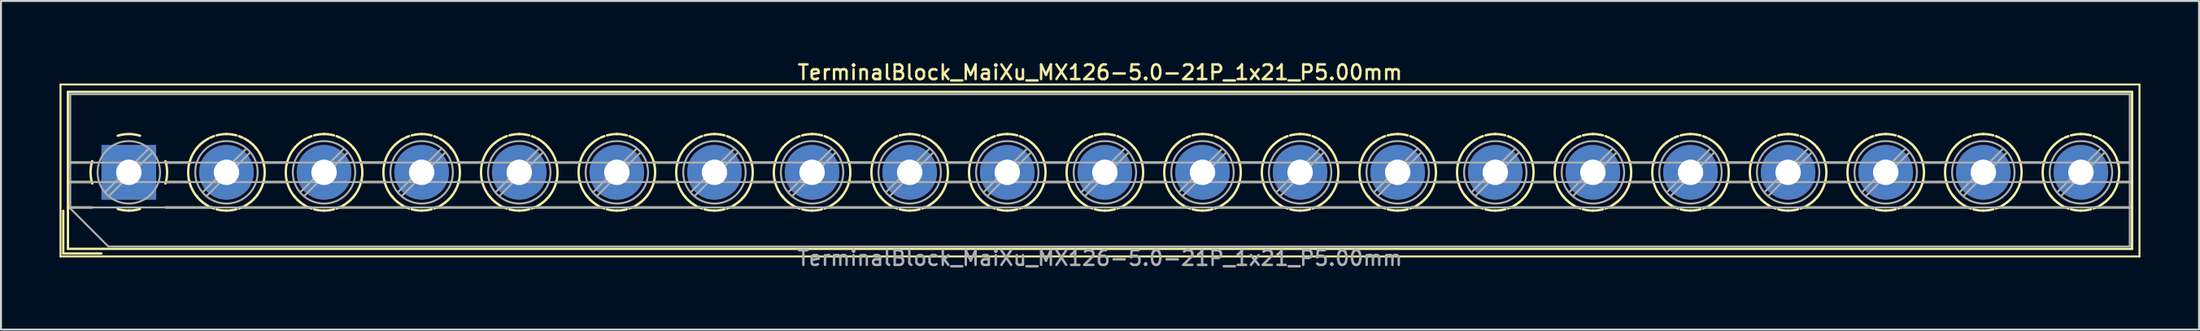
<source format=kicad_pcb>
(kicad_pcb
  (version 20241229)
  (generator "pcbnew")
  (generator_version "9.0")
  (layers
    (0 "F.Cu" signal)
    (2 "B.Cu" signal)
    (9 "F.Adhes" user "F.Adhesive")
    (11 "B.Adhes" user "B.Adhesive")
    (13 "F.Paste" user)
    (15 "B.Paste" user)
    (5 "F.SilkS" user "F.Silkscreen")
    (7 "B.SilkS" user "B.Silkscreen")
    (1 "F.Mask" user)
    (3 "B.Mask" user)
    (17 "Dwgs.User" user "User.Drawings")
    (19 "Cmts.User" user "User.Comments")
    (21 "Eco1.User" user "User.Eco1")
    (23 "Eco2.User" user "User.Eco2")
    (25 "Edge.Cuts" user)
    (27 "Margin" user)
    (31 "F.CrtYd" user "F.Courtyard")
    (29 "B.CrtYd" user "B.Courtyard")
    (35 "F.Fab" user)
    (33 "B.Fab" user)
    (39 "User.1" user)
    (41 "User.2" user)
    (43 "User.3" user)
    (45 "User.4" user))
  (footprint "TerminalBlock_MaiXu_MX126-5.0-21P_1x21_P5.00mm"
    (layer "F.Cu")
    (at 3.55 5.778)
    (property "Reference" "TerminalBlock_MaiXu_MX126-5.0-21P_1x21_P5.00mm" (at 49.75 -5.12 0) (layer "F.SilkS") (effects (font (size 0.75 0.75) (thickness 0.125))))
    (attr through_hole)
    (fp_line (start -3.5 -4.5) (end -3.5 4.31) (stroke (width 0.1) (type solid)) (layer "F.SilkS"))
    (fp_line (start -3.5 4.31) (end 103 4.31) (stroke (width 0.1) (type solid)) (layer "F.SilkS"))
    (fp_line (start -3.36 1.97) (end -3.36 4.16) (stroke (width 0.12) (type solid)) (layer "F.SilkS"))
    (fp_line (start -3.36 4.16) (end -1.41 4.16) (stroke (width 0.12) (type solid)) (layer "F.SilkS"))
    (fp_line (start -3.12 -4.12) (end -3.12 3.92) (stroke (width 0.12) (type solid)) (layer "F.SilkS"))
    (fp_line (start -3.12 -4.12) (end 102.62 -4.12) (stroke (width 0.12) (type solid)) (layer "F.SilkS"))
    (fp_line (start -3.12 -0.5) (end -1.88 -0.5) (stroke (width 0.12) (type solid)) (layer "F.SilkS"))
    (fp_line (start -3.12 0.5) (end -1.88 0.5) (stroke (width 0.12) (type solid)) (layer "F.SilkS"))
    (fp_line (start -3.12 1.8) (end -1.88 1.8) (stroke (width 0.12) (type solid)) (layer "F.SilkS"))
    (fp_line (start -3.12 3.92) (end 102.62 3.92) (stroke (width 0.12) (type solid)) (layer "F.SilkS"))
    (fp_line (start 1.88 -0.5) (end 3.165 -0.5) (stroke (width 0.12) (type solid)) (layer "F.SilkS"))
    (fp_line (start 1.88 0.5) (end 3.165 0.5) (stroke (width 0.12) (type solid)) (layer "F.SilkS"))
    (fp_line (start 1.88 1.8) (end 4.331 1.8) (stroke (width 0.12) (type solid)) (layer "F.SilkS"))
    (fp_line (start 3.514 1.248) (end 3.514 1.248) (stroke (width 0.12) (type solid)) (layer "F.SilkS"))
    (fp_line (start 5.67 1.8) (end 9.331 1.8) (stroke (width 0.12) (type solid)) (layer "F.SilkS"))
    (fp_line (start 6.487 -1.248) (end 6.487 -1.248) (stroke (width 0.12) (type solid)) (layer "F.SilkS"))
    (fp_line (start 6.836 -0.5) (end 8.165 -0.5) (stroke (width 0.12) (type solid)) (layer "F.SilkS"))
    (fp_line (start 6.836 0.5) (end 8.165 0.5) (stroke (width 0.12) (type solid)) (layer "F.SilkS"))
    (fp_line (start 8.514 1.248) (end 8.514 1.248) (stroke (width 0.12) (type solid)) (layer "F.SilkS"))
    (fp_line (start 10.67 1.8) (end 14.331 1.8) (stroke (width 0.12) (type solid)) (layer "F.SilkS"))
    (fp_line (start 11.487 -1.248) (end 11.487 -1.248) (stroke (width 0.12) (type solid)) (layer "F.SilkS"))
    (fp_line (start 11.836 -0.5) (end 13.165 -0.5) (stroke (width 0.12) (type solid)) (layer "F.SilkS"))
    (fp_line (start 11.836 0.5) (end 13.165 0.5) (stroke (width 0.12) (type solid)) (layer "F.SilkS"))
    (fp_line (start 13.514 1.248) (end 13.514 1.248) (stroke (width 0.12) (type solid)) (layer "F.SilkS"))
    (fp_line (start 15.67 1.8) (end 19.331 1.8) (stroke (width 0.12) (type solid)) (layer "F.SilkS"))
    (fp_line (start 16.487 -1.248) (end 16.487 -1.248) (stroke (width 0.12) (type solid)) (layer "F.SilkS"))
    (fp_line (start 16.836 -0.5) (end 18.165 -0.5) (stroke (width 0.12) (type solid)) (layer "F.SilkS"))
    (fp_line (start 16.836 0.5) (end 18.165 0.5) (stroke (width 0.12) (type solid)) (layer "F.SilkS"))
    (fp_line (start 18.514 1.248) (end 18.514 1.248) (stroke (width 0.12) (type solid)) (layer "F.SilkS"))
    (fp_line (start 20.67 1.8) (end 24.331 1.8) (stroke (width 0.12) (type solid)) (layer "F.SilkS"))
    (fp_line (start 21.487 -1.248) (end 21.487 -1.248) (stroke (width 0.12) (type solid)) (layer "F.SilkS"))
    (fp_line (start 21.836 -0.5) (end 23.165 -0.5) (stroke (width 0.12) (type solid)) (layer "F.SilkS"))
    (fp_line (start 21.836 0.5) (end 23.165 0.5) (stroke (width 0.12) (type solid)) (layer "F.SilkS"))
    (fp_line (start 23.514 1.248) (end 23.514 1.248) (stroke (width 0.12) (type solid)) (layer "F.SilkS"))
    (fp_line (start 25.67 1.8) (end 29.331 1.8) (stroke (width 0.12) (type solid)) (layer "F.SilkS"))
    (fp_line (start 26.487 -1.248) (end 26.487 -1.248) (stroke (width 0.12) (type solid)) (layer "F.SilkS"))
    (fp_line (start 26.836 -0.5) (end 28.165 -0.5) (stroke (width 0.12) (type solid)) (layer "F.SilkS"))
    (fp_line (start 26.836 0.5) (end 28.165 0.5) (stroke (width 0.12) (type solid)) (layer "F.SilkS"))
    (fp_line (start 28.514 1.248) (end 28.514 1.248) (stroke (width 0.12) (type solid)) (layer "F.SilkS"))
    (fp_line (start 30.67 1.8) (end 34.331 1.8) (stroke (width 0.12) (type solid)) (layer "F.SilkS"))
    (fp_line (start 31.487 -1.248) (end 31.487 -1.248) (stroke (width 0.12) (type solid)) (layer "F.SilkS"))
    (fp_line (start 31.836 -0.5) (end 33.165 -0.5) (stroke (width 0.12) (type solid)) (layer "F.SilkS"))
    (fp_line (start 31.836 0.5) (end 33.165 0.5) (stroke (width 0.12) (type solid)) (layer "F.SilkS"))
    (fp_line (start 33.514 1.248) (end 33.514 1.248) (stroke (width 0.12) (type solid)) (layer "F.SilkS"))
    (fp_line (start 35.67 1.8) (end 39.331 1.8) (stroke (width 0.12) (type solid)) (layer "F.SilkS"))
    (fp_line (start 36.487 -1.248) (end 36.487 -1.248) (stroke (width 0.12) (type solid)) (layer "F.SilkS"))
    (fp_line (start 36.836 -0.5) (end 38.165 -0.5) (stroke (width 0.12) (type solid)) (layer "F.SilkS"))
    (fp_line (start 36.836 0.5) (end 38.165 0.5) (stroke (width 0.12) (type solid)) (layer "F.SilkS"))
    (fp_line (start 38.514 1.248) (end 38.514 1.248) (stroke (width 0.12) (type solid)) (layer "F.SilkS"))
    (fp_line (start 40.67 1.8) (end 44.331 1.8) (stroke (width 0.12) (type solid)) (layer "F.SilkS"))
    (fp_line (start 41.487 -1.248) (end 41.487 -1.248) (stroke (width 0.12) (type solid)) (layer "F.SilkS"))
    (fp_line (start 41.836 -0.5) (end 43.165 -0.5) (stroke (width 0.12) (type solid)) (layer "F.SilkS"))
    (fp_line (start 41.836 0.5) (end 43.165 0.5) (stroke (width 0.12) (type solid)) (layer "F.SilkS"))
    (fp_line (start 43.514 1.248) (end 43.514 1.248) (stroke (width 0.12) (type solid)) (layer "F.SilkS"))
    (fp_line (start 45.67 1.8) (end 49.331 1.8) (stroke (width 0.12) (type solid)) (layer "F.SilkS"))
    (fp_line (start 46.487 -1.248) (end 46.487 -1.248) (stroke (width 0.12) (type solid)) (layer "F.SilkS"))
    (fp_line (start 46.836 -0.5) (end 48.165 -0.5) (stroke (width 0.12) (type solid)) (layer "F.SilkS"))
    (fp_line (start 46.836 0.5) (end 48.165 0.5) (stroke (width 0.12) (type solid)) (layer "F.SilkS"))
    (fp_line (start 48.514 1.248) (end 48.514 1.248) (stroke (width 0.12) (type solid)) (layer "F.SilkS"))
    (fp_line (start 50.67 1.8) (end 54.331 1.8) (stroke (width 0.12) (type solid)) (layer "F.SilkS"))
    (fp_line (start 51.487 -1.248) (end 51.487 -1.248) (stroke (width 0.12) (type solid)) (layer "F.SilkS"))
    (fp_line (start 51.836 -0.5) (end 53.165 -0.5) (stroke (width 0.12) (type solid)) (layer "F.SilkS"))
    (fp_line (start 51.836 0.5) (end 53.165 0.5) (stroke (width 0.12) (type solid)) (layer "F.SilkS"))
    (fp_line (start 53.514 1.248) (end 53.514 1.248) (stroke (width 0.12) (type solid)) (layer "F.SilkS"))
    (fp_line (start 55.67 1.8) (end 59.331 1.8) (stroke (width 0.12) (type solid)) (layer "F.SilkS"))
    (fp_line (start 56.487 -1.248) (end 56.487 -1.248) (stroke (width 0.12) (type solid)) (layer "F.SilkS"))
    (fp_line (start 56.836 -0.5) (end 58.165 -0.5) (stroke (width 0.12) (type solid)) (layer "F.SilkS"))
    (fp_line (start 56.836 0.5) (end 58.165 0.5) (stroke (width 0.12) (type solid)) (layer "F.SilkS"))
    (fp_line (start 58.514 1.248) (end 58.514 1.248) (stroke (width 0.12) (type solid)) (layer "F.SilkS"))
    (fp_line (start 60.67 1.8) (end 64.331 1.8) (stroke (width 0.12) (type solid)) (layer "F.SilkS"))
    (fp_line (start 61.487 -1.248) (end 61.487 -1.248) (stroke (width 0.12) (type solid)) (layer "F.SilkS"))
    (fp_line (start 61.836 -0.5) (end 63.165 -0.5) (stroke (width 0.12) (type solid)) (layer "F.SilkS"))
    (fp_line (start 61.836 0.5) (end 63.165 0.5) (stroke (width 0.12) (type solid)) (layer "F.SilkS"))
    (fp_line (start 63.514 1.248) (end 63.514 1.248) (stroke (width 0.12) (type solid)) (layer "F.SilkS"))
    (fp_line (start 65.67 1.8) (end 69.331 1.8) (stroke (width 0.12) (type solid)) (layer "F.SilkS"))
    (fp_line (start 66.487 -1.248) (end 66.487 -1.248) (stroke (width 0.12) (type solid)) (layer "F.SilkS"))
    (fp_line (start 66.836 -0.5) (end 68.165 -0.5) (stroke (width 0.12) (type solid)) (layer "F.SilkS"))
    (fp_line (start 66.836 0.5) (end 68.165 0.5) (stroke (width 0.12) (type solid)) (layer "F.SilkS"))
    (fp_line (start 68.514 1.248) (end 68.514 1.248) (stroke (width 0.12) (type solid)) (layer "F.SilkS"))
    (fp_line (start 70.67 1.8) (end 74.331 1.8) (stroke (width 0.12) (type solid)) (layer "F.SilkS"))
    (fp_line (start 71.487 -1.248) (end 71.487 -1.248) (stroke (width 0.12) (type solid)) (layer "F.SilkS"))
    (fp_line (start 71.836 -0.5) (end 73.165 -0.5) (stroke (width 0.12) (type solid)) (layer "F.SilkS"))
    (fp_line (start 71.836 0.5) (end 73.165 0.5) (stroke (width 0.12) (type solid)) (layer "F.SilkS"))
    (fp_line (start 73.514 1.248) (end 73.514 1.248) (stroke (width 0.12) (type solid)) (layer "F.SilkS"))
    (fp_line (start 75.67 1.8) (end 79.331 1.8) (stroke (width 0.12) (type solid)) (layer "F.SilkS"))
    (fp_line (start 76.487 -1.248) (end 76.487 -1.248) (stroke (width 0.12) (type solid)) (layer "F.SilkS"))
    (fp_line (start 76.836 -0.5) (end 78.165 -0.5) (stroke (width 0.12) (type solid)) (layer "F.SilkS"))
    (fp_line (start 76.836 0.5) (end 78.165 0.5) (stroke (width 0.12) (type solid)) (layer "F.SilkS"))
    (fp_line (start 78.514 1.248) (end 78.514 1.248) (stroke (width 0.12) (type solid)) (layer "F.SilkS"))
    (fp_line (start 80.67 1.8) (end 84.331 1.8) (stroke (width 0.12) (type solid)) (layer "F.SilkS"))
    (fp_line (start 81.487 -1.248) (end 81.487 -1.248) (stroke (width 0.12) (type solid)) (layer "F.SilkS"))
    (fp_line (start 81.836 -0.5) (end 83.165 -0.5) (stroke (width 0.12) (type solid)) (layer "F.SilkS"))
    (fp_line (start 81.836 0.5) (end 83.165 0.5) (stroke (width 0.12) (type solid)) (layer "F.SilkS"))
    (fp_line (start 83.514 1.248) (end 83.514 1.248) (stroke (width 0.12) (type solid)) (layer "F.SilkS"))
    (fp_line (start 85.67 1.8) (end 89.331 1.8) (stroke (width 0.12) (type solid)) (layer "F.SilkS"))
    (fp_line (start 86.487 -1.248) (end 86.487 -1.248) (stroke (width 0.12) (type solid)) (layer "F.SilkS"))
    (fp_line (start 86.836 -0.5) (end 88.165 -0.5) (stroke (width 0.12) (type solid)) (layer "F.SilkS"))
    (fp_line (start 86.836 0.5) (end 88.165 0.5) (stroke (width 0.12) (type solid)) (layer "F.SilkS"))
    (fp_line (start 88.514 1.248) (end 88.514 1.248) (stroke (width 0.12) (type solid)) (layer "F.SilkS"))
    (fp_line (start 90.67 1.8) (end 94.331 1.8) (stroke (width 0.12) (type solid)) (layer "F.SilkS"))
    (fp_line (start 91.487 -1.248) (end 91.487 -1.248) (stroke (width 0.12) (type solid)) (layer "F.SilkS"))
    (fp_line (start 91.836 -0.5) (end 93.165 -0.5) (stroke (width 0.12) (type solid)) (layer "F.SilkS"))
    (fp_line (start 91.836 0.5) (end 93.165 0.5) (stroke (width 0.12) (type solid)) (layer "F.SilkS"))
    (fp_line (start 93.514 1.248) (end 93.514 1.248) (stroke (width 0.12) (type solid)) (layer "F.SilkS"))
    (fp_line (start 95.67 1.8) (end 99.331 1.8) (stroke (width 0.12) (type solid)) (layer "F.SilkS"))
    (fp_line (start 96.487 -1.248) (end 96.487 -1.248) (stroke (width 0.12) (type solid)) (layer "F.SilkS"))
    (fp_line (start 96.836 -0.5) (end 98.165 -0.5) (stroke (width 0.12) (type solid)) (layer "F.SilkS"))
    (fp_line (start 96.836 0.5) (end 98.165 0.5) (stroke (width 0.12) (type solid)) (layer "F.SilkS"))
    (fp_line (start 98.514 1.248) (end 98.514 1.248) (stroke (width 0.12) (type solid)) (layer "F.SilkS"))
    (fp_line (start 100.67 1.8) (end 102.62 1.8) (stroke (width 0.12) (type solid)) (layer "F.SilkS"))
    (fp_line (start 101.487 -1.248) (end 101.487 -1.248) (stroke (width 0.12) (type solid)) (layer "F.SilkS"))
    (fp_line (start 101.836 -0.5) (end 102.62 -0.5) (stroke (width 0.12) (type solid)) (layer "F.SilkS"))
    (fp_line (start 101.836 0.5) (end 102.62 0.5) (stroke (width 0.12) (type solid)) (layer "F.SilkS"))
    (fp_line (start 102.62 -4.12) (end 102.62 3.92) (stroke (width 0.12) (type solid)) (layer "F.SilkS"))
    (fp_line (start 103 -4.5) (end -3.5 -4.5) (stroke (width 0.1) (type solid)) (layer "F.SilkS"))
    (fp_line (start 103 4.31) (end 103 -4.5) (stroke (width 0.1) (type solid)) (layer "F.SilkS"))
    (fp_arc (start -1.875422 0.572619) (mid -1.960893 -0.000722) (end -1.875 -0.574) (stroke (width 0.12) (type solid)) (layer "F.SilkS"))
    (fp_arc (start -0.572619 -1.875422) (mid 0.000722 -1.960893) (end 0.574 -1.875) (stroke (width 0.12) (type solid)) (layer "F.SilkS"))
    (fp_arc (start 0.0335 1.960607) (mid -0.273618 1.941709) (end -0.574 1.875) (stroke (width 0.12) (type solid)) (layer "F.SilkS"))
    (fp_arc (start 0.573049 1.874357) (mid 0.289706 1.938471) (end 0 1.96) (stroke (width 0.12) (type solid)) (layer "F.SilkS"))
    (fp_arc (start 1.875422 -0.572619) (mid 1.960893 0.000722) (end 1.875 0.574) (stroke (width 0.12) (type solid)) (layer "F.SilkS"))
    (fp_arc (start 3.434339 1.179122) (mid 3.039994 -0.000549) (end 3.435 -1.18) (stroke (width 0.12) (type solid)) (layer "F.SilkS"))
    (fp_arc (start 3.434826 -1.180695) (mid 3.476985 -1.2346) (end 3.521 -1.287) (stroke (width 0.12) (type solid)) (layer "F.SilkS"))
    (fp_arc (start 3.521125 1.286294) (mid 3.477135 1.233899) (end 3.435 1.18) (stroke (width 0.12) (type solid)) (layer "F.SilkS"))
    (fp_arc (start 3.521202 -1.287012) (mid 3.578748 -1.350291) (end 3.639 -1.411) (stroke (width 0.12) (type solid)) (layer "F.SilkS"))
    (fp_arc (start 3.63871 1.41001) (mid 3.578502 1.349289) (end 3.521 1.286) (stroke (width 0.12) (type solid)) (layer "F.SilkS"))
    (fp_arc (start 3.638867 -1.410738) (mid 3.701698 -1.468767) (end 3.767 -1.524) (stroke (width 0.12) (type solid)) (layer "F.SilkS"))
    (fp_arc (start 3.767069 1.523253) (mid 3.701799 1.468024) (end 3.639 1.41) (stroke (width 0.12) (type solid)) (layer "F.SilkS"))
    (fp_arc (start 3.767452 -1.524377) (mid 3.835117 -1.576689) (end 3.905 -1.626) (stroke (width 0.12) (type solid)) (layer "F.SilkS"))
    (fp_arc (start 3.904517 1.625664) (mid 3.834649 1.576332) (end 3.767 1.524) (stroke (width 0.12) (type solid)) (layer "F.SilkS"))
    (fp_arc (start 3.93363 -1.644317) (mid 4.00637 -1.689266) (end 4.081 -1.731) (stroke (width 0.12) (type solid)) (layer "F.SilkS"))
    (fp_arc (start 4.080344 1.730739) (mid 4.005726 1.688977) (end 3.933 1.644) (stroke (width 0.12) (type solid)) (layer "F.SilkS"))
    (fp_arc (start 4.172694 -1.777259) (mid 4.266842 -1.818121) (end 4.363 -1.854) (stroke (width 0.12) (type solid)) (layer "F.SilkS"))
    (fp_arc (start 4.362283 1.853815) (mid 4.266136 1.817899) (end 4.172 1.777) (stroke (width 0.12) (type solid)) (layer "F.SilkS"))
    (fp_arc (start 4.493681 -1.893473) (mid 4.74516 -1.943362) (end 5.001 -1.96) (stroke (width 0.12) (type solid)) (layer "F.SilkS"))
    (fp_arc (start 5.000479 1.960685) (mid 4.744554 1.943973) (end 4.493 1.894) (stroke (width 0.12) (type solid)) (layer "F.SilkS"))
    (fp_arc (start 5.000487 -1.960944) (mid 5.256437 -1.944104) (end 5.508 -1.894) (stroke (width 0.12) (type solid)) (layer "F.SilkS"))
    (fp_arc (start 5.507285 1.893215) (mid 5.255831 1.943232) (end 5 1.96) (stroke (width 0.12) (type solid)) (layer "F.SilkS"))
    (fp_arc (start 5.638712 -1.85392) (mid 5.734863 -1.817951) (end 5.829 -1.777) (stroke (width 0.12) (type solid)) (layer "F.SilkS"))
    (fp_arc (start 5.829295 1.77705) (mid 5.735155 1.818016) (end 5.639 1.854) (stroke (width 0.12) (type solid)) (layer "F.SilkS"))
    (fp_arc (start 5.920652 -1.730826) (mid 5.995273 -1.689021) (end 6.068 -1.644) (stroke (width 0.12) (type solid)) (layer "F.SilkS"))
    (fp_arc (start 6.068362 1.644143) (mid 5.995629 1.689179) (end 5.921 1.731) (stroke (width 0.12) (type solid)) (layer "F.SilkS"))
    (fp_arc (start 6.096479 -1.625751) (mid 6.16635 -1.576376) (end 6.234 -1.524) (stroke (width 0.12) (type solid)) (layer "F.SilkS"))
    (fp_arc (start 6.233457 1.523294) (mid 6.165838 1.575647) (end 6.096 1.625) (stroke (width 0.12) (type solid)) (layer "F.SilkS"))
    (fp_arc (start 6.233928 -1.523341) (mid 6.2992 -1.468068) (end 6.362 -1.41) (stroke (width 0.12) (type solid)) (layer "F.SilkS"))
    (fp_arc (start 6.36213 1.410651) (mid 6.299301 1.468723) (end 6.234 1.524) (stroke (width 0.12) (type solid)) (layer "F.SilkS"))
    (fp_arc (start 6.362286 -1.410097) (mid 6.422497 -1.349333) (end 6.48 -1.286) (stroke (width 0.12) (type solid)) (layer "F.SilkS"))
    (fp_arc (start 6.479707 1.285928) (mid 6.422207 1.349248) (end 6.362 1.41) (stroke (width 0.12) (type solid)) (layer "F.SilkS"))
    (fp_arc (start 6.479873 -1.286364) (mid 6.523865 -1.233934) (end 6.566 -1.18) (stroke (width 0.12) (type solid)) (layer "F.SilkS"))
    (fp_arc (start 6.565937 -1.180084) (mid 6.960805 -0.000052) (end 6.566 1.18) (stroke (width 0.12) (type solid)) (layer "F.SilkS"))
    (fp_arc (start 6.566102 1.179628) (mid 6.523979 1.233565) (end 6.48 1.286) (stroke (width 0.12) (type solid)) (layer "F.SilkS"))
    (fp_arc (start 8.434339 1.179122) (mid 8.039994 -0.000549) (end 8.435 -1.18) (stroke (width 0.12) (type solid)) (layer "F.SilkS"))
    (fp_arc (start 8.434826 -1.180695) (mid 8.476985 -1.2346) (end 8.521 -1.287) (stroke (width 0.12) (type solid)) (layer "F.SilkS"))
    (fp_arc (start 8.521125 1.286294) (mid 8.477135 1.233899) (end 8.435 1.18) (stroke (width 0.12) (type solid)) (layer "F.SilkS"))
    (fp_arc (start 8.521202 -1.287012) (mid 8.578748 -1.350291) (end 8.639 -1.411) (stroke (width 0.12) (type solid)) (layer "F.SilkS"))
    (fp_arc (start 8.63871 1.41001) (mid 8.578502 1.349289) (end 8.521 1.286) (stroke (width 0.12) (type solid)) (layer "F.SilkS"))
    (fp_arc (start 8.638867 -1.410738) (mid 8.701698 -1.468767) (end 8.767 -1.524) (stroke (width 0.12) (type solid)) (layer "F.SilkS"))
    (fp_arc (start 8.767069 1.523253) (mid 8.701799 1.468024) (end 8.639 1.41) (stroke (width 0.12) (type solid)) (layer "F.SilkS"))
    (fp_arc (start 8.767452 -1.524377) (mid 8.835117 -1.576689) (end 8.905 -1.626) (stroke (width 0.12) (type solid)) (layer "F.SilkS"))
    (fp_arc (start 8.904517 1.625664) (mid 8.834649 1.576332) (end 8.767 1.524) (stroke (width 0.12) (type solid)) (layer "F.SilkS"))
    (fp_arc (start 8.93363 -1.644317) (mid 9.00637 -1.689266) (end 9.081 -1.731) (stroke (width 0.12) (type solid)) (layer "F.SilkS"))
    (fp_arc (start 9.080344 1.730739) (mid 9.005726 1.688977) (end 8.933 1.644) (stroke (width 0.12) (type solid)) (layer "F.SilkS"))
    (fp_arc (start 9.172694 -1.777259) (mid 9.266842 -1.818121) (end 9.363 -1.854) (stroke (width 0.12) (type solid)) (layer "F.SilkS"))
    (fp_arc (start 9.362283 1.853815) (mid 9.266136 1.817899) (end 9.172 1.777) (stroke (width 0.12) (type solid)) (layer "F.SilkS"))
    (fp_arc (start 9.493681 -1.893473) (mid 9.74516 -1.943362) (end 10.001 -1.96) (stroke (width 0.12) (type solid)) (layer "F.SilkS"))
    (fp_arc (start 10.000479 1.960685) (mid 9.744554 1.943973) (end 9.493 1.894) (stroke (width 0.12) (type solid)) (layer "F.SilkS"))
    (fp_arc (start 10.000487 -1.960944) (mid 10.256437 -1.944104) (end 10.508 -1.894) (stroke (width 0.12) (type solid)) (layer "F.SilkS"))
    (fp_arc (start 10.507285 1.893215) (mid 10.255831 1.943232) (end 10 1.96) (stroke (width 0.12) (type solid)) (layer "F.SilkS"))
    (fp_arc (start 10.638712 -1.85392) (mid 10.734863 -1.817951) (end 10.829 -1.777) (stroke (width 0.12) (type solid)) (layer "F.SilkS"))
    (fp_arc (start 10.829295 1.77705) (mid 10.735155 1.818016) (end 10.639 1.854) (stroke (width 0.12) (type solid)) (layer "F.SilkS"))
    (fp_arc (start 10.920652 -1.730826) (mid 10.995273 -1.689021) (end 11.068 -1.644) (stroke (width 0.12) (type solid)) (layer "F.SilkS"))
    (fp_arc (start 11.068362 1.644143) (mid 10.995629 1.689179) (end 10.921 1.731) (stroke (width 0.12) (type solid)) (layer "F.SilkS"))
    (fp_arc (start 11.096479 -1.625751) (mid 11.16635 -1.576376) (end 11.234 -1.524) (stroke (width 0.12) (type solid)) (layer "F.SilkS"))
    (fp_arc (start 11.233457 1.523294) (mid 11.165838 1.575647) (end 11.096 1.625) (stroke (width 0.12) (type solid)) (layer "F.SilkS"))
    (fp_arc (start 11.233928 -1.523341) (mid 11.2992 -1.468068) (end 11.362 -1.41) (stroke (width 0.12) (type solid)) (layer "F.SilkS"))
    (fp_arc (start 11.36213 1.410651) (mid 11.299301 1.468723) (end 11.234 1.524) (stroke (width 0.12) (type solid)) (layer "F.SilkS"))
    (fp_arc (start 11.362286 -1.410097) (mid 11.422497 -1.349333) (end 11.48 -1.286) (stroke (width 0.12) (type solid)) (layer "F.SilkS"))
    (fp_arc (start 11.479707 1.285928) (mid 11.422207 1.349248) (end 11.362 1.41) (stroke (width 0.12) (type solid)) (layer "F.SilkS"))
    (fp_arc (start 11.479873 -1.286364) (mid 11.523865 -1.233934) (end 11.566 -1.18) (stroke (width 0.12) (type solid)) (layer "F.SilkS"))
    (fp_arc (start 11.565937 -1.180084) (mid 11.960805 -0.000052) (end 11.566 1.18) (stroke (width 0.12) (type solid)) (layer "F.SilkS"))
    (fp_arc (start 11.566102 1.179628) (mid 11.523979 1.233565) (end 11.48 1.286) (stroke (width 0.12) (type solid)) (layer "F.SilkS"))
    (fp_arc (start 13.434339 1.179122) (mid 13.039994 -0.000549) (end 13.435 -1.18) (stroke (width 0.12) (type solid)) (layer "F.SilkS"))
    (fp_arc (start 13.434826 -1.180695) (mid 13.476985 -1.2346) (end 13.521 -1.287) (stroke (width 0.12) (type solid)) (layer "F.SilkS"))
    (fp_arc (start 13.521125 1.286294) (mid 13.477135 1.233899) (end 13.435 1.18) (stroke (width 0.12) (type solid)) (layer "F.SilkS"))
    (fp_arc (start 13.521202 -1.287012) (mid 13.578748 -1.350291) (end 13.639 -1.411) (stroke (width 0.12) (type solid)) (layer "F.SilkS"))
    (fp_arc (start 13.63871 1.41001) (mid 13.578502 1.349289) (end 13.521 1.286) (stroke (width 0.12) (type solid)) (layer "F.SilkS"))
    (fp_arc (start 13.638867 -1.410738) (mid 13.701698 -1.468767) (end 13.767 -1.524) (stroke (width 0.12) (type solid)) (layer "F.SilkS"))
    (fp_arc (start 13.767069 1.523253) (mid 13.701799 1.468024) (end 13.639 1.41) (stroke (width 0.12) (type solid)) (layer "F.SilkS"))
    (fp_arc (start 13.767452 -1.524377) (mid 13.835117 -1.576689) (end 13.905 -1.626) (stroke (width 0.12) (type solid)) (layer "F.SilkS"))
    (fp_arc (start 13.904517 1.625664) (mid 13.834649 1.576332) (end 13.767 1.524) (stroke (width 0.12) (type solid)) (layer "F.SilkS"))
    (fp_arc (start 13.93363 -1.644317) (mid 14.00637 -1.689266) (end 14.081 -1.731) (stroke (width 0.12) (type solid)) (layer "F.SilkS"))
    (fp_arc (start 14.080344 1.730739) (mid 14.005726 1.688977) (end 13.933 1.644) (stroke (width 0.12) (type solid)) (layer "F.SilkS"))
    (fp_arc (start 14.172694 -1.777259) (mid 14.266842 -1.818121) (end 14.363 -1.854) (stroke (width 0.12) (type solid)) (layer "F.SilkS"))
    (fp_arc (start 14.362283 1.853815) (mid 14.266136 1.817899) (end 14.172 1.777) (stroke (width 0.12) (type solid)) (layer "F.SilkS"))
    (fp_arc (start 14.493681 -1.893473) (mid 14.74516 -1.943362) (end 15.001 -1.96) (stroke (width 0.12) (type solid)) (layer "F.SilkS"))
    (fp_arc (start 15.000479 1.960685) (mid 14.744554 1.943973) (end 14.493 1.894) (stroke (width 0.12) (type solid)) (layer "F.SilkS"))
    (fp_arc (start 15.000487 -1.960944) (mid 15.256437 -1.944104) (end 15.508 -1.894) (stroke (width 0.12) (type solid)) (layer "F.SilkS"))
    (fp_arc (start 15.507285 1.893215) (mid 15.255831 1.943232) (end 15 1.96) (stroke (width 0.12) (type solid)) (layer "F.SilkS"))
    (fp_arc (start 15.638712 -1.85392) (mid 15.734863 -1.817951) (end 15.829 -1.777) (stroke (width 0.12) (type solid)) (layer "F.SilkS"))
    (fp_arc (start 15.829295 1.77705) (mid 15.735155 1.818016) (end 15.639 1.854) (stroke (width 0.12) (type solid)) (layer "F.SilkS"))
    (fp_arc (start 15.920652 -1.730826) (mid 15.995273 -1.689021) (end 16.068 -1.644) (stroke (width 0.12) (type solid)) (layer "F.SilkS"))
    (fp_arc (start 16.068362 1.644143) (mid 15.995629 1.689179) (end 15.921 1.731) (stroke (width 0.12) (type solid)) (layer "F.SilkS"))
    (fp_arc (start 16.096479 -1.625751) (mid 16.16635 -1.576376) (end 16.234 -1.524) (stroke (width 0.12) (type solid)) (layer "F.SilkS"))
    (fp_arc (start 16.233457 1.523294) (mid 16.165838 1.575647) (end 16.096 1.625) (stroke (width 0.12) (type solid)) (layer "F.SilkS"))
    (fp_arc (start 16.233928 -1.523341) (mid 16.2992 -1.468068) (end 16.362 -1.41) (stroke (width 0.12) (type solid)) (layer "F.SilkS"))
    (fp_arc (start 16.36213 1.410651) (mid 16.299301 1.468723) (end 16.234 1.524) (stroke (width 0.12) (type solid)) (layer "F.SilkS"))
    (fp_arc (start 16.362286 -1.410097) (mid 16.422497 -1.349333) (end 16.48 -1.286) (stroke (width 0.12) (type solid)) (layer "F.SilkS"))
    (fp_arc (start 16.479707 1.285928) (mid 16.422207 1.349248) (end 16.362 1.41) (stroke (width 0.12) (type solid)) (layer "F.SilkS"))
    (fp_arc (start 16.479873 -1.286364) (mid 16.523865 -1.233934) (end 16.566 -1.18) (stroke (width 0.12) (type solid)) (layer "F.SilkS"))
    (fp_arc (start 16.565937 -1.180084) (mid 16.960805 -0.000052) (end 16.566 1.18) (stroke (width 0.12) (type solid)) (layer "F.SilkS"))
    (fp_arc (start 16.566102 1.179628) (mid 16.523979 1.233565) (end 16.48 1.286) (stroke (width 0.12) (type solid)) (layer "F.SilkS"))
    (fp_arc (start 18.434339 1.179122) (mid 18.039994 -0.000549) (end 18.435 -1.18) (stroke (width 0.12) (type solid)) (layer "F.SilkS"))
    (fp_arc (start 18.434826 -1.180695) (mid 18.476985 -1.2346) (end 18.521 -1.287) (stroke (width 0.12) (type solid)) (layer "F.SilkS"))
    (fp_arc (start 18.521125 1.286294) (mid 18.477135 1.233899) (end 18.435 1.18) (stroke (width 0.12) (type solid)) (layer "F.SilkS"))
    (fp_arc (start 18.521202 -1.287012) (mid 18.578748 -1.350291) (end 18.639 -1.411) (stroke (width 0.12) (type solid)) (layer "F.SilkS"))
    (fp_arc (start 18.63871 1.41001) (mid 18.578502 1.349289) (end 18.521 1.286) (stroke (width 0.12) (type solid)) (layer "F.SilkS"))
    (fp_arc (start 18.638867 -1.410738) (mid 18.701698 -1.468767) (end 18.767 -1.524) (stroke (width 0.12) (type solid)) (layer "F.SilkS"))
    (fp_arc (start 18.767069 1.523253) (mid 18.701799 1.468024) (end 18.639 1.41) (stroke (width 0.12) (type solid)) (layer "F.SilkS"))
    (fp_arc (start 18.767452 -1.524377) (mid 18.835117 -1.576689) (end 18.905 -1.626) (stroke (width 0.12) (type solid)) (layer "F.SilkS"))
    (fp_arc (start 18.904517 1.625664) (mid 18.834649 1.576332) (end 18.767 1.524) (stroke (width 0.12) (type solid)) (layer "F.SilkS"))
    (fp_arc (start 18.93363 -1.644317) (mid 19.00637 -1.689266) (end 19.081 -1.731) (stroke (width 0.12) (type solid)) (layer "F.SilkS"))
    (fp_arc (start 19.080344 1.730739) (mid 19.005726 1.688977) (end 18.933 1.644) (stroke (width 0.12) (type solid)) (layer "F.SilkS"))
    (fp_arc (start 19.172694 -1.777259) (mid 19.266842 -1.818121) (end 19.363 -1.854) (stroke (width 0.12) (type solid)) (layer "F.SilkS"))
    (fp_arc (start 19.362283 1.853815) (mid 19.266136 1.817899) (end 19.172 1.777) (stroke (width 0.12) (type solid)) (layer "F.SilkS"))
    (fp_arc (start 19.493681 -1.893473) (mid 19.74516 -1.943362) (end 20.001 -1.96) (stroke (width 0.12) (type solid)) (layer "F.SilkS"))
    (fp_arc (start 20.000479 1.960685) (mid 19.744554 1.943973) (end 19.493 1.894) (stroke (width 0.12) (type solid)) (layer "F.SilkS"))
    (fp_arc (start 20.000487 -1.960944) (mid 20.256437 -1.944104) (end 20.508 -1.894) (stroke (width 0.12) (type solid)) (layer "F.SilkS"))
    (fp_arc (start 20.507285 1.893215) (mid 20.255831 1.943232) (end 20 1.96) (stroke (width 0.12) (type solid)) (layer "F.SilkS"))
    (fp_arc (start 20.638712 -1.85392) (mid 20.734863 -1.817951) (end 20.829 -1.777) (stroke (width 0.12) (type solid)) (layer "F.SilkS"))
    (fp_arc (start 20.829295 1.77705) (mid 20.735155 1.818016) (end 20.639 1.854) (stroke (width 0.12) (type solid)) (layer "F.SilkS"))
    (fp_arc (start 20.920652 -1.730826) (mid 20.995273 -1.689021) (end 21.068 -1.644) (stroke (width 0.12) (type solid)) (layer "F.SilkS"))
    (fp_arc (start 21.068362 1.644143) (mid 20.995629 1.689179) (end 20.921 1.731) (stroke (width 0.12) (type solid)) (layer "F.SilkS"))
    (fp_arc (start 21.096479 -1.625751) (mid 21.16635 -1.576376) (end 21.234 -1.524) (stroke (width 0.12) (type solid)) (layer "F.SilkS"))
    (fp_arc (start 21.233457 1.523294) (mid 21.165838 1.575647) (end 21.096 1.625) (stroke (width 0.12) (type solid)) (layer "F.SilkS"))
    (fp_arc (start 21.233928 -1.523341) (mid 21.2992 -1.468068) (end 21.362 -1.41) (stroke (width 0.12) (type solid)) (layer "F.SilkS"))
    (fp_arc (start 21.36213 1.410651) (mid 21.299301 1.468723) (end 21.234 1.524) (stroke (width 0.12) (type solid)) (layer "F.SilkS"))
    (fp_arc (start 21.362286 -1.410097) (mid 21.422497 -1.349333) (end 21.48 -1.286) (stroke (width 0.12) (type solid)) (layer "F.SilkS"))
    (fp_arc (start 21.479707 1.285928) (mid 21.422207 1.349248) (end 21.362 1.41) (stroke (width 0.12) (type solid)) (layer "F.SilkS"))
    (fp_arc (start 21.479873 -1.286364) (mid 21.523865 -1.233934) (end 21.566 -1.18) (stroke (width 0.12) (type solid)) (layer "F.SilkS"))
    (fp_arc (start 21.565937 -1.180084) (mid 21.960805 -0.000052) (end 21.566 1.18) (stroke (width 0.12) (type solid)) (layer "F.SilkS"))
    (fp_arc (start 21.566102 1.179628) (mid 21.523979 1.233565) (end 21.48 1.286) (stroke (width 0.12) (type solid)) (layer "F.SilkS"))
    (fp_arc (start 23.434339 1.179122) (mid 23.039994 -0.000549) (end 23.435 -1.18) (stroke (width 0.12) (type solid)) (layer "F.SilkS"))
    (fp_arc (start 23.434826 -1.180695) (mid 23.476985 -1.2346) (end 23.521 -1.287) (stroke (width 0.12) (type solid)) (layer "F.SilkS"))
    (fp_arc (start 23.521125 1.286294) (mid 23.477135 1.233899) (end 23.435 1.18) (stroke (width 0.12) (type solid)) (layer "F.SilkS"))
    (fp_arc (start 23.521202 -1.287012) (mid 23.578748 -1.350291) (end 23.639 -1.411) (stroke (width 0.12) (type solid)) (layer "F.SilkS"))
    (fp_arc (start 23.63871 1.41001) (mid 23.578502 1.349289) (end 23.521 1.286) (stroke (width 0.12) (type solid)) (layer "F.SilkS"))
    (fp_arc (start 23.638867 -1.410738) (mid 23.701698 -1.468767) (end 23.767 -1.524) (stroke (width 0.12) (type solid)) (layer "F.SilkS"))
    (fp_arc (start 23.767069 1.523253) (mid 23.701799 1.468024) (end 23.639 1.41) (stroke (width 0.12) (type solid)) (layer "F.SilkS"))
    (fp_arc (start 23.767452 -1.524377) (mid 23.835117 -1.576689) (end 23.905 -1.626) (stroke (width 0.12) (type solid)) (layer "F.SilkS"))
    (fp_arc (start 23.904517 1.625664) (mid 23.834649 1.576332) (end 23.767 1.524) (stroke (width 0.12) (type solid)) (layer "F.SilkS"))
    (fp_arc (start 23.93363 -1.644317) (mid 24.00637 -1.689266) (end 24.081 -1.731) (stroke (width 0.12) (type solid)) (layer "F.SilkS"))
    (fp_arc (start 24.080344 1.730739) (mid 24.005726 1.688977) (end 23.933 1.644) (stroke (width 0.12) (type solid)) (layer "F.SilkS"))
    (fp_arc (start 24.172694 -1.777259) (mid 24.266842 -1.818121) (end 24.363 -1.854) (stroke (width 0.12) (type solid)) (layer "F.SilkS"))
    (fp_arc (start 24.362283 1.853815) (mid 24.266136 1.817899) (end 24.172 1.777) (stroke (width 0.12) (type solid)) (layer "F.SilkS"))
    (fp_arc (start 24.493681 -1.893473) (mid 24.74516 -1.943362) (end 25.001 -1.96) (stroke (width 0.12) (type solid)) (layer "F.SilkS"))
    (fp_arc (start 25.000479 1.960685) (mid 24.744554 1.943973) (end 24.493 1.894) (stroke (width 0.12) (type solid)) (layer "F.SilkS"))
    (fp_arc (start 25.000487 -1.960944) (mid 25.256437 -1.944104) (end 25.508 -1.894) (stroke (width 0.12) (type solid)) (layer "F.SilkS"))
    (fp_arc (start 25.507285 1.893215) (mid 25.255831 1.943232) (end 25 1.96) (stroke (width 0.12) (type solid)) (layer "F.SilkS"))
    (fp_arc (start 25.638712 -1.85392) (mid 25.734863 -1.817951) (end 25.829 -1.777) (stroke (width 0.12) (type solid)) (layer "F.SilkS"))
    (fp_arc (start 25.829295 1.77705) (mid 25.735155 1.818016) (end 25.639 1.854) (stroke (width 0.12) (type solid)) (layer "F.SilkS"))
    (fp_arc (start 25.920652 -1.730826) (mid 25.995273 -1.689021) (end 26.068 -1.644) (stroke (width 0.12) (type solid)) (layer "F.SilkS"))
    (fp_arc (start 26.068362 1.644143) (mid 25.995629 1.689179) (end 25.921 1.731) (stroke (width 0.12) (type solid)) (layer "F.SilkS"))
    (fp_arc (start 26.096479 -1.625751) (mid 26.16635 -1.576376) (end 26.234 -1.524) (stroke (width 0.12) (type solid)) (layer "F.SilkS"))
    (fp_arc (start 26.233457 1.523294) (mid 26.165838 1.575647) (end 26.096 1.625) (stroke (width 0.12) (type solid)) (layer "F.SilkS"))
    (fp_arc (start 26.233928 -1.523341) (mid 26.2992 -1.468068) (end 26.362 -1.41) (stroke (width 0.12) (type solid)) (layer "F.SilkS"))
    (fp_arc (start 26.36213 1.410651) (mid 26.299301 1.468723) (end 26.234 1.524) (stroke (width 0.12) (type solid)) (layer "F.SilkS"))
    (fp_arc (start 26.362286 -1.410097) (mid 26.422497 -1.349333) (end 26.48 -1.286) (stroke (width 0.12) (type solid)) (layer "F.SilkS"))
    (fp_arc (start 26.479707 1.285928) (mid 26.422207 1.349248) (end 26.362 1.41) (stroke (width 0.12) (type solid)) (layer "F.SilkS"))
    (fp_arc (start 26.479873 -1.286364) (mid 26.523865 -1.233934) (end 26.566 -1.18) (stroke (width 0.12) (type solid)) (layer "F.SilkS"))
    (fp_arc (start 26.565937 -1.180084) (mid 26.960805 -0.000052) (end 26.566 1.18) (stroke (width 0.12) (type solid)) (layer "F.SilkS"))
    (fp_arc (start 26.566102 1.179628) (mid 26.523979 1.233565) (end 26.48 1.286) (stroke (width 0.12) (type solid)) (layer "F.SilkS"))
    (fp_arc (start 28.434339 1.179122) (mid 28.039994 -0.000549) (end 28.435 -1.18) (stroke (width 0.12) (type solid)) (layer "F.SilkS"))
    (fp_arc (start 28.434826 -1.180695) (mid 28.476985 -1.2346) (end 28.521 -1.287) (stroke (width 0.12) (type solid)) (layer "F.SilkS"))
    (fp_arc (start 28.521125 1.286294) (mid 28.477135 1.233899) (end 28.435 1.18) (stroke (width 0.12) (type solid)) (layer "F.SilkS"))
    (fp_arc (start 28.521202 -1.287012) (mid 28.578748 -1.350291) (end 28.639 -1.411) (stroke (width 0.12) (type solid)) (layer "F.SilkS"))
    (fp_arc (start 28.63871 1.41001) (mid 28.578502 1.349289) (end 28.521 1.286) (stroke (width 0.12) (type solid)) (layer "F.SilkS"))
    (fp_arc (start 28.638867 -1.410738) (mid 28.701698 -1.468767) (end 28.767 -1.524) (stroke (width 0.12) (type solid)) (layer "F.SilkS"))
    (fp_arc (start 28.767069 1.523253) (mid 28.701799 1.468024) (end 28.639 1.41) (stroke (width 0.12) (type solid)) (layer "F.SilkS"))
    (fp_arc (start 28.767452 -1.524377) (mid 28.835117 -1.576689) (end 28.905 -1.626) (stroke (width 0.12) (type solid)) (layer "F.SilkS"))
    (fp_arc (start 28.904517 1.625664) (mid 28.834649 1.576332) (end 28.767 1.524) (stroke (width 0.12) (type solid)) (layer "F.SilkS"))
    (fp_arc (start 28.93363 -1.644317) (mid 29.00637 -1.689266) (end 29.081 -1.731) (stroke (width 0.12) (type solid)) (layer "F.SilkS"))
    (fp_arc (start 29.080344 1.730739) (mid 29.005726 1.688977) (end 28.933 1.644) (stroke (width 0.12) (type solid)) (layer "F.SilkS"))
    (fp_arc (start 29.172694 -1.777259) (mid 29.266842 -1.818121) (end 29.363 -1.854) (stroke (width 0.12) (type solid)) (layer "F.SilkS"))
    (fp_arc (start 29.362283 1.853815) (mid 29.266136 1.817899) (end 29.172 1.777) (stroke (width 0.12) (type solid)) (layer "F.SilkS"))
    (fp_arc (start 29.493681 -1.893473) (mid 29.74516 -1.943362) (end 30.001 -1.96) (stroke (width 0.12) (type solid)) (layer "F.SilkS"))
    (fp_arc (start 30.000479 1.960685) (mid 29.744554 1.943973) (end 29.493 1.894) (stroke (width 0.12) (type solid)) (layer "F.SilkS"))
    (fp_arc (start 30.000487 -1.960944) (mid 30.256437 -1.944104) (end 30.508 -1.894) (stroke (width 0.12) (type solid)) (layer "F.SilkS"))
    (fp_arc (start 30.507285 1.893215) (mid 30.255831 1.943232) (end 30 1.96) (stroke (width 0.12) (type solid)) (layer "F.SilkS"))
    (fp_arc (start 30.638712 -1.85392) (mid 30.734863 -1.817951) (end 30.829 -1.777) (stroke (width 0.12) (type solid)) (layer "F.SilkS"))
    (fp_arc (start 30.829295 1.77705) (mid 30.735155 1.818016) (end 30.639 1.854) (stroke (width 0.12) (type solid)) (layer "F.SilkS"))
    (fp_arc (start 30.920652 -1.730826) (mid 30.995273 -1.689021) (end 31.068 -1.644) (stroke (width 0.12) (type solid)) (layer "F.SilkS"))
    (fp_arc (start 31.068362 1.644143) (mid 30.995629 1.689179) (end 30.921 1.731) (stroke (width 0.12) (type solid)) (layer "F.SilkS"))
    (fp_arc (start 31.096479 -1.625751) (mid 31.16635 -1.576376) (end 31.234 -1.524) (stroke (width 0.12) (type solid)) (layer "F.SilkS"))
    (fp_arc (start 31.233457 1.523294) (mid 31.165838 1.575647) (end 31.096 1.625) (stroke (width 0.12) (type solid)) (layer "F.SilkS"))
    (fp_arc (start 31.233928 -1.523341) (mid 31.2992 -1.468068) (end 31.362 -1.41) (stroke (width 0.12) (type solid)) (layer "F.SilkS"))
    (fp_arc (start 31.36213 1.410651) (mid 31.299301 1.468723) (end 31.234 1.524) (stroke (width 0.12) (type solid)) (layer "F.SilkS"))
    (fp_arc (start 31.362286 -1.410097) (mid 31.422497 -1.349333) (end 31.48 -1.286) (stroke (width 0.12) (type solid)) (layer "F.SilkS"))
    (fp_arc (start 31.479707 1.285928) (mid 31.422207 1.349248) (end 31.362 1.41) (stroke (width 0.12) (type solid)) (layer "F.SilkS"))
    (fp_arc (start 31.479873 -1.286364) (mid 31.523865 -1.233934) (end 31.566 -1.18) (stroke (width 0.12) (type solid)) (layer "F.SilkS"))
    (fp_arc (start 31.565937 -1.180084) (mid 31.960805 -0.000052) (end 31.566 1.18) (stroke (width 0.12) (type solid)) (layer "F.SilkS"))
    (fp_arc (start 31.566102 1.179628) (mid 31.523979 1.233565) (end 31.48 1.286) (stroke (width 0.12) (type solid)) (layer "F.SilkS"))
    (fp_arc (start 33.434339 1.179122) (mid 33.039994 -0.000549) (end 33.435 -1.18) (stroke (width 0.12) (type solid)) (layer "F.SilkS"))
    (fp_arc (start 33.434826 -1.180695) (mid 33.476985 -1.2346) (end 33.521 -1.287) (stroke (width 0.12) (type solid)) (layer "F.SilkS"))
    (fp_arc (start 33.521125 1.286294) (mid 33.477135 1.233899) (end 33.435 1.18) (stroke (width 0.12) (type solid)) (layer "F.SilkS"))
    (fp_arc (start 33.521202 -1.287012) (mid 33.578748 -1.350291) (end 33.639 -1.411) (stroke (width 0.12) (type solid)) (layer "F.SilkS"))
    (fp_arc (start 33.63871 1.41001) (mid 33.578502 1.349289) (end 33.521 1.286) (stroke (width 0.12) (type solid)) (layer "F.SilkS"))
    (fp_arc (start 33.638867 -1.410738) (mid 33.701698 -1.468767) (end 33.767 -1.524) (stroke (width 0.12) (type solid)) (layer "F.SilkS"))
    (fp_arc (start 33.767069 1.523253) (mid 33.701799 1.468024) (end 33.639 1.41) (stroke (width 0.12) (type solid)) (layer "F.SilkS"))
    (fp_arc (start 33.767452 -1.524377) (mid 33.835117 -1.576689) (end 33.905 -1.626) (stroke (width 0.12) (type solid)) (layer "F.SilkS"))
    (fp_arc (start 33.904517 1.625664) (mid 33.834649 1.576332) (end 33.767 1.524) (stroke (width 0.12) (type solid)) (layer "F.SilkS"))
    (fp_arc (start 33.93363 -1.644317) (mid 34.00637 -1.689266) (end 34.081 -1.731) (stroke (width 0.12) (type solid)) (layer "F.SilkS"))
    (fp_arc (start 34.080344 1.730739) (mid 34.005726 1.688977) (end 33.933 1.644) (stroke (width 0.12) (type solid)) (layer "F.SilkS"))
    (fp_arc (start 34.172694 -1.777259) (mid 34.266842 -1.818121) (end 34.363 -1.854) (stroke (width 0.12) (type solid)) (layer "F.SilkS"))
    (fp_arc (start 34.362283 1.853815) (mid 34.266136 1.817899) (end 34.172 1.777) (stroke (width 0.12) (type solid)) (layer "F.SilkS"))
    (fp_arc (start 34.493681 -1.893473) (mid 34.74516 -1.943362) (end 35.001 -1.96) (stroke (width 0.12) (type solid)) (layer "F.SilkS"))
    (fp_arc (start 35.000479 1.960685) (mid 34.744554 1.943973) (end 34.493 1.894) (stroke (width 0.12) (type solid)) (layer "F.SilkS"))
    (fp_arc (start 35.000487 -1.960944) (mid 35.256437 -1.944104) (end 35.508 -1.894) (stroke (width 0.12) (type solid)) (layer "F.SilkS"))
    (fp_arc (start 35.507285 1.893215) (mid 35.255831 1.943232) (end 35 1.96) (stroke (width 0.12) (type solid)) (layer "F.SilkS"))
    (fp_arc (start 35.638712 -1.85392) (mid 35.734863 -1.817951) (end 35.829 -1.777) (stroke (width 0.12) (type solid)) (layer "F.SilkS"))
    (fp_arc (start 35.829295 1.77705) (mid 35.735155 1.818016) (end 35.639 1.854) (stroke (width 0.12) (type solid)) (layer "F.SilkS"))
    (fp_arc (start 35.920652 -1.730826) (mid 35.995273 -1.689021) (end 36.068 -1.644) (stroke (width 0.12) (type solid)) (layer "F.SilkS"))
    (fp_arc (start 36.068362 1.644143) (mid 35.995629 1.689179) (end 35.921 1.731) (stroke (width 0.12) (type solid)) (layer "F.SilkS"))
    (fp_arc (start 36.096479 -1.625751) (mid 36.16635 -1.576376) (end 36.234 -1.524) (stroke (width 0.12) (type solid)) (layer "F.SilkS"))
    (fp_arc (start 36.233457 1.523294) (mid 36.165838 1.575647) (end 36.096 1.625) (stroke (width 0.12) (type solid)) (layer "F.SilkS"))
    (fp_arc (start 36.233928 -1.523341) (mid 36.2992 -1.468068) (end 36.362 -1.41) (stroke (width 0.12) (type solid)) (layer "F.SilkS"))
    (fp_arc (start 36.36213 1.410651) (mid 36.299301 1.468723) (end 36.234 1.524) (stroke (width 0.12) (type solid)) (layer "F.SilkS"))
    (fp_arc (start 36.362286 -1.410097) (mid 36.422497 -1.349333) (end 36.48 -1.286) (stroke (width 0.12) (type solid)) (layer "F.SilkS"))
    (fp_arc (start 36.479707 1.285928) (mid 36.422207 1.349248) (end 36.362 1.41) (stroke (width 0.12) (type solid)) (layer "F.SilkS"))
    (fp_arc (start 36.479873 -1.286364) (mid 36.523865 -1.233934) (end 36.566 -1.18) (stroke (width 0.12) (type solid)) (layer "F.SilkS"))
    (fp_arc (start 36.565937 -1.180084) (mid 36.960805 -0.000052) (end 36.566 1.18) (stroke (width 0.12) (type solid)) (layer "F.SilkS"))
    (fp_arc (start 36.566102 1.179628) (mid 36.523979 1.233565) (end 36.48 1.286) (stroke (width 0.12) (type solid)) (layer "F.SilkS"))
    (fp_arc (start 38.434339 1.179122) (mid 38.039994 -0.000549) (end 38.435 -1.18) (stroke (width 0.12) (type solid)) (layer "F.SilkS"))
    (fp_arc (start 38.434826 -1.180695) (mid 38.476985 -1.2346) (end 38.521 -1.287) (stroke (width 0.12) (type solid)) (layer "F.SilkS"))
    (fp_arc (start 38.521125 1.286294) (mid 38.477135 1.233899) (end 38.435 1.18) (stroke (width 0.12) (type solid)) (layer "F.SilkS"))
    (fp_arc (start 38.521202 -1.287012) (mid 38.578748 -1.350291) (end 38.639 -1.411) (stroke (width 0.12) (type solid)) (layer "F.SilkS"))
    (fp_arc (start 38.63871 1.41001) (mid 38.578502 1.349289) (end 38.521 1.286) (stroke (width 0.12) (type solid)) (layer "F.SilkS"))
    (fp_arc (start 38.638867 -1.410738) (mid 38.701698 -1.468767) (end 38.767 -1.524) (stroke (width 0.12) (type solid)) (layer "F.SilkS"))
    (fp_arc (start 38.767069 1.523253) (mid 38.701799 1.468024) (end 38.639 1.41) (stroke (width 0.12) (type solid)) (layer "F.SilkS"))
    (fp_arc (start 38.767452 -1.524377) (mid 38.835117 -1.576689) (end 38.905 -1.626) (stroke (width 0.12) (type solid)) (layer "F.SilkS"))
    (fp_arc (start 38.904517 1.625664) (mid 38.834649 1.576332) (end 38.767 1.524) (stroke (width 0.12) (type solid)) (layer "F.SilkS"))
    (fp_arc (start 38.93363 -1.644317) (mid 39.00637 -1.689266) (end 39.081 -1.731) (stroke (width 0.12) (type solid)) (layer "F.SilkS"))
    (fp_arc (start 39.080344 1.730739) (mid 39.005726 1.688977) (end 38.933 1.644) (stroke (width 0.12) (type solid)) (layer "F.SilkS"))
    (fp_arc (start 39.172694 -1.777259) (mid 39.266842 -1.818121) (end 39.363 -1.854) (stroke (width 0.12) (type solid)) (layer "F.SilkS"))
    (fp_arc (start 39.362283 1.853815) (mid 39.266136 1.817899) (end 39.172 1.777) (stroke (width 0.12) (type solid)) (layer "F.SilkS"))
    (fp_arc (start 39.493681 -1.893473) (mid 39.74516 -1.943362) (end 40.001 -1.96) (stroke (width 0.12) (type solid)) (layer "F.SilkS"))
    (fp_arc (start 40.000479 1.960685) (mid 39.744554 1.943973) (end 39.493 1.894) (stroke (width 0.12) (type solid)) (layer "F.SilkS"))
    (fp_arc (start 40.000487 -1.960944) (mid 40.256437 -1.944104) (end 40.508 -1.894) (stroke (width 0.12) (type solid)) (layer "F.SilkS"))
    (fp_arc (start 40.507285 1.893215) (mid 40.255831 1.943232) (end 40 1.96) (stroke (width 0.12) (type solid)) (layer "F.SilkS"))
    (fp_arc (start 40.638712 -1.85392) (mid 40.734863 -1.817951) (end 40.829 -1.777) (stroke (width 0.12) (type solid)) (layer "F.SilkS"))
    (fp_arc (start 40.829295 1.77705) (mid 40.735155 1.818016) (end 40.639 1.854) (stroke (width 0.12) (type solid)) (layer "F.SilkS"))
    (fp_arc (start 40.920652 -1.730826) (mid 40.995273 -1.689021) (end 41.068 -1.644) (stroke (width 0.12) (type solid)) (layer "F.SilkS"))
    (fp_arc (start 41.068362 1.644143) (mid 40.995629 1.689179) (end 40.921 1.731) (stroke (width 0.12) (type solid)) (layer "F.SilkS"))
    (fp_arc (start 41.096479 -1.625751) (mid 41.16635 -1.576376) (end 41.234 -1.524) (stroke (width 0.12) (type solid)) (layer "F.SilkS"))
    (fp_arc (start 41.233457 1.523294) (mid 41.165838 1.575647) (end 41.096 1.625) (stroke (width 0.12) (type solid)) (layer "F.SilkS"))
    (fp_arc (start 41.233928 -1.523341) (mid 41.2992 -1.468068) (end 41.362 -1.41) (stroke (width 0.12) (type solid)) (layer "F.SilkS"))
    (fp_arc (start 41.36213 1.410651) (mid 41.299301 1.468723) (end 41.234 1.524) (stroke (width 0.12) (type solid)) (layer "F.SilkS"))
    (fp_arc (start 41.362286 -1.410097) (mid 41.422497 -1.349333) (end 41.48 -1.286) (stroke (width 0.12) (type solid)) (layer "F.SilkS"))
    (fp_arc (start 41.479707 1.285928) (mid 41.422207 1.349248) (end 41.362 1.41) (stroke (width 0.12) (type solid)) (layer "F.SilkS"))
    (fp_arc (start 41.479873 -1.286364) (mid 41.523865 -1.233934) (end 41.566 -1.18) (stroke (width 0.12) (type solid)) (layer "F.SilkS"))
    (fp_arc (start 41.565937 -1.180084) (mid 41.960805 -0.000052) (end 41.566 1.18) (stroke (width 0.12) (type solid)) (layer "F.SilkS"))
    (fp_arc (start 41.566102 1.179628) (mid 41.523979 1.233565) (end 41.48 1.286) (stroke (width 0.12) (type solid)) (layer "F.SilkS"))
    (fp_arc (start 43.434339 1.179122) (mid 43.039994 -0.000549) (end 43.435 -1.18) (stroke (width 0.12) (type solid)) (layer "F.SilkS"))
    (fp_arc (start 43.434826 -1.180695) (mid 43.476985 -1.2346) (end 43.521 -1.287) (stroke (width 0.12) (type solid)) (layer "F.SilkS"))
    (fp_arc (start 43.521125 1.286294) (mid 43.477135 1.233899) (end 43.435 1.18) (stroke (width 0.12) (type solid)) (layer "F.SilkS"))
    (fp_arc (start 43.521202 -1.287012) (mid 43.578748 -1.350291) (end 43.639 -1.411) (stroke (width 0.12) (type solid)) (layer "F.SilkS"))
    (fp_arc (start 43.63871 1.41001) (mid 43.578502 1.349289) (end 43.521 1.286) (stroke (width 0.12) (type solid)) (layer "F.SilkS"))
    (fp_arc (start 43.638867 -1.410738) (mid 43.701698 -1.468767) (end 43.767 -1.524) (stroke (width 0.12) (type solid)) (layer "F.SilkS"))
    (fp_arc (start 43.767069 1.523253) (mid 43.701799 1.468024) (end 43.639 1.41) (stroke (width 0.12) (type solid)) (layer "F.SilkS"))
    (fp_arc (start 43.767452 -1.524377) (mid 43.835117 -1.576689) (end 43.905 -1.626) (stroke (width 0.12) (type solid)) (layer "F.SilkS"))
    (fp_arc (start 43.904517 1.625664) (mid 43.834649 1.576332) (end 43.767 1.524) (stroke (width 0.12) (type solid)) (layer "F.SilkS"))
    (fp_arc (start 43.93363 -1.644317) (mid 44.00637 -1.689266) (end 44.081 -1.731) (stroke (width 0.12) (type solid)) (layer "F.SilkS"))
    (fp_arc (start 44.080344 1.730739) (mid 44.005726 1.688977) (end 43.933 1.644) (stroke (width 0.12) (type solid)) (layer "F.SilkS"))
    (fp_arc (start 44.172694 -1.777259) (mid 44.266842 -1.818121) (end 44.363 -1.854) (stroke (width 0.12) (type solid)) (layer "F.SilkS"))
    (fp_arc (start 44.362283 1.853815) (mid 44.266136 1.817899) (end 44.172 1.777) (stroke (width 0.12) (type solid)) (layer "F.SilkS"))
    (fp_arc (start 44.493681 -1.893473) (mid 44.74516 -1.943362) (end 45.001 -1.96) (stroke (width 0.12) (type solid)) (layer "F.SilkS"))
    (fp_arc (start 45.000479 1.960685) (mid 44.744554 1.943973) (end 44.493 1.894) (stroke (width 0.12) (type solid)) (layer "F.SilkS"))
    (fp_arc (start 45.000487 -1.960944) (mid 45.256437 -1.944104) (end 45.508 -1.894) (stroke (width 0.12) (type solid)) (layer "F.SilkS"))
    (fp_arc (start 45.507285 1.893215) (mid 45.255831 1.943232) (end 45 1.96) (stroke (width 0.12) (type solid)) (layer "F.SilkS"))
    (fp_arc (start 45.638712 -1.85392) (mid 45.734863 -1.817951) (end 45.829 -1.777) (stroke (width 0.12) (type solid)) (layer "F.SilkS"))
    (fp_arc (start 45.829295 1.77705) (mid 45.735155 1.818016) (end 45.639 1.854) (stroke (width 0.12) (type solid)) (layer "F.SilkS"))
    (fp_arc (start 45.920652 -1.730826) (mid 45.995273 -1.689021) (end 46.068 -1.644) (stroke (width 0.12) (type solid)) (layer "F.SilkS"))
    (fp_arc (start 46.068362 1.644143) (mid 45.995629 1.689179) (end 45.921 1.731) (stroke (width 0.12) (type solid)) (layer "F.SilkS"))
    (fp_arc (start 46.096479 -1.625751) (mid 46.16635 -1.576376) (end 46.234 -1.524) (stroke (width 0.12) (type solid)) (layer "F.SilkS"))
    (fp_arc (start 46.233457 1.523294) (mid 46.165838 1.575647) (end 46.096 1.625) (stroke (width 0.12) (type solid)) (layer "F.SilkS"))
    (fp_arc (start 46.233928 -1.523341) (mid 46.2992 -1.468068) (end 46.362 -1.41) (stroke (width 0.12) (type solid)) (layer "F.SilkS"))
    (fp_arc (start 46.36213 1.410651) (mid 46.299301 1.468723) (end 46.234 1.524) (stroke (width 0.12) (type solid)) (layer "F.SilkS"))
    (fp_arc (start 46.362286 -1.410097) (mid 46.422497 -1.349333) (end 46.48 -1.286) (stroke (width 0.12) (type solid)) (layer "F.SilkS"))
    (fp_arc (start 46.479707 1.285928) (mid 46.422207 1.349248) (end 46.362 1.41) (stroke (width 0.12) (type solid)) (layer "F.SilkS"))
    (fp_arc (start 46.479873 -1.286364) (mid 46.523865 -1.233934) (end 46.566 -1.18) (stroke (width 0.12) (type solid)) (layer "F.SilkS"))
    (fp_arc (start 46.565937 -1.180084) (mid 46.960805 -0.000052) (end 46.566 1.18) (stroke (width 0.12) (type solid)) (layer "F.SilkS"))
    (fp_arc (start 46.566102 1.179628) (mid 46.523979 1.233565) (end 46.48 1.286) (stroke (width 0.12) (type solid)) (layer "F.SilkS"))
    (fp_arc (start 48.434339 1.179122) (mid 48.039994 -0.000549) (end 48.435 -1.18) (stroke (width 0.12) (type solid)) (layer "F.SilkS"))
    (fp_arc (start 48.434826 -1.180695) (mid 48.476985 -1.2346) (end 48.521 -1.287) (stroke (width 0.12) (type solid)) (layer "F.SilkS"))
    (fp_arc (start 48.521125 1.286294) (mid 48.477135 1.233899) (end 48.435 1.18) (stroke (width 0.12) (type solid)) (layer "F.SilkS"))
    (fp_arc (start 48.521202 -1.287012) (mid 48.578748 -1.350291) (end 48.639 -1.411) (stroke (width 0.12) (type solid)) (layer "F.SilkS"))
    (fp_arc (start 48.63871 1.41001) (mid 48.578502 1.349289) (end 48.521 1.286) (stroke (width 0.12) (type solid)) (layer "F.SilkS"))
    (fp_arc (start 48.638867 -1.410738) (mid 48.701698 -1.468767) (end 48.767 -1.524) (stroke (width 0.12) (type solid)) (layer "F.SilkS"))
    (fp_arc (start 48.767069 1.523253) (mid 48.701799 1.468024) (end 48.639 1.41) (stroke (width 0.12) (type solid)) (layer "F.SilkS"))
    (fp_arc (start 48.767452 -1.524377) (mid 48.835117 -1.576689) (end 48.905 -1.626) (stroke (width 0.12) (type solid)) (layer "F.SilkS"))
    (fp_arc (start 48.904517 1.625664) (mid 48.834649 1.576332) (end 48.767 1.524) (stroke (width 0.12) (type solid)) (layer "F.SilkS"))
    (fp_arc (start 48.93363 -1.644317) (mid 49.00637 -1.689266) (end 49.081 -1.731) (stroke (width 0.12) (type solid)) (layer "F.SilkS"))
    (fp_arc (start 49.080344 1.730739) (mid 49.005726 1.688977) (end 48.933 1.644) (stroke (width 0.12) (type solid)) (layer "F.SilkS"))
    (fp_arc (start 49.172694 -1.777259) (mid 49.266842 -1.818121) (end 49.363 -1.854) (stroke (width 0.12) (type solid)) (layer "F.SilkS"))
    (fp_arc (start 49.362283 1.853815) (mid 49.266136 1.817899) (end 49.172 1.777) (stroke (width 0.12) (type solid)) (layer "F.SilkS"))
    (fp_arc (start 49.493681 -1.893473) (mid 49.74516 -1.943362) (end 50.001 -1.96) (stroke (width 0.12) (type solid)) (layer "F.SilkS"))
    (fp_arc (start 50.000479 1.960685) (mid 49.744554 1.943973) (end 49.493 1.894) (stroke (width 0.12) (type solid)) (layer "F.SilkS"))
    (fp_arc (start 50.000487 -1.960944) (mid 50.256437 -1.944104) (end 50.508 -1.894) (stroke (width 0.12) (type solid)) (layer "F.SilkS"))
    (fp_arc (start 50.507285 1.893215) (mid 50.255831 1.943232) (end 50 1.96) (stroke (width 0.12) (type solid)) (layer "F.SilkS"))
    (fp_arc (start 50.638712 -1.85392) (mid 50.734863 -1.817951) (end 50.829 -1.777) (stroke (width 0.12) (type solid)) (layer "F.SilkS"))
    (fp_arc (start 50.829295 1.77705) (mid 50.735155 1.818016) (end 50.639 1.854) (stroke (width 0.12) (type solid)) (layer "F.SilkS"))
    (fp_arc (start 50.920652 -1.730826) (mid 50.995273 -1.689021) (end 51.068 -1.644) (stroke (width 0.12) (type solid)) (layer "F.SilkS"))
    (fp_arc (start 51.068362 1.644143) (mid 50.995629 1.689179) (end 50.921 1.731) (stroke (width 0.12) (type solid)) (layer "F.SilkS"))
    (fp_arc (start 51.096479 -1.625751) (mid 51.16635 -1.576376) (end 51.234 -1.524) (stroke (width 0.12) (type solid)) (layer "F.SilkS"))
    (fp_arc (start 51.233457 1.523294) (mid 51.165838 1.575647) (end 51.096 1.625) (stroke (width 0.12) (type solid)) (layer "F.SilkS"))
    (fp_arc (start 51.233928 -1.523341) (mid 51.2992 -1.468068) (end 51.362 -1.41) (stroke (width 0.12) (type solid)) (layer "F.SilkS"))
    (fp_arc (start 51.36213 1.410651) (mid 51.299301 1.468723) (end 51.234 1.524) (stroke (width 0.12) (type solid)) (layer "F.SilkS"))
    (fp_arc (start 51.362286 -1.410097) (mid 51.422497 -1.349333) (end 51.48 -1.286) (stroke (width 0.12) (type solid)) (layer "F.SilkS"))
    (fp_arc (start 51.479707 1.285928) (mid 51.422207 1.349248) (end 51.362 1.41) (stroke (width 0.12) (type solid)) (layer "F.SilkS"))
    (fp_arc (start 51.479873 -1.286364) (mid 51.523865 -1.233934) (end 51.566 -1.18) (stroke (width 0.12) (type solid)) (layer "F.SilkS"))
    (fp_arc (start 51.565937 -1.180084) (mid 51.960805 -0.000052) (end 51.566 1.18) (stroke (width 0.12) (type solid)) (layer "F.SilkS"))
    (fp_arc (start 51.566102 1.179628) (mid 51.523979 1.233565) (end 51.48 1.286) (stroke (width 0.12) (type solid)) (layer "F.SilkS"))
    (fp_arc (start 53.434339 1.179122) (mid 53.039994 -0.000549) (end 53.435 -1.18) (stroke (width 0.12) (type solid)) (layer "F.SilkS"))
    (fp_arc (start 53.434826 -1.180695) (mid 53.476985 -1.2346) (end 53.521 -1.287) (stroke (width 0.12) (type solid)) (layer "F.SilkS"))
    (fp_arc (start 53.521125 1.286294) (mid 53.477135 1.233899) (end 53.435 1.18) (stroke (width 0.12) (type solid)) (layer "F.SilkS"))
    (fp_arc (start 53.521202 -1.287012) (mid 53.578748 -1.350291) (end 53.639 -1.411) (stroke (width 0.12) (type solid)) (layer "F.SilkS"))
    (fp_arc (start 53.63871 1.41001) (mid 53.578502 1.349289) (end 53.521 1.286) (stroke (width 0.12) (type solid)) (layer "F.SilkS"))
    (fp_arc (start 53.638867 -1.410738) (mid 53.701698 -1.468767) (end 53.767 -1.524) (stroke (width 0.12) (type solid)) (layer "F.SilkS"))
    (fp_arc (start 53.767069 1.523253) (mid 53.701799 1.468024) (end 53.639 1.41) (stroke (width 0.12) (type solid)) (layer "F.SilkS"))
    (fp_arc (start 53.767452 -1.524377) (mid 53.835117 -1.576689) (end 53.905 -1.626) (stroke (width 0.12) (type solid)) (layer "F.SilkS"))
    (fp_arc (start 53.904517 1.625664) (mid 53.834649 1.576332) (end 53.767 1.524) (stroke (width 0.12) (type solid)) (layer "F.SilkS"))
    (fp_arc (start 53.93363 -1.644317) (mid 54.00637 -1.689266) (end 54.081 -1.731) (stroke (width 0.12) (type solid)) (layer "F.SilkS"))
    (fp_arc (start 54.080344 1.730739) (mid 54.005726 1.688977) (end 53.933 1.644) (stroke (width 0.12) (type solid)) (layer "F.SilkS"))
    (fp_arc (start 54.172694 -1.777259) (mid 54.266842 -1.818121) (end 54.363 -1.854) (stroke (width 0.12) (type solid)) (layer "F.SilkS"))
    (fp_arc (start 54.362283 1.853815) (mid 54.266136 1.817899) (end 54.172 1.777) (stroke (width 0.12) (type solid)) (layer "F.SilkS"))
    (fp_arc (start 54.493681 -1.893473) (mid 54.74516 -1.943362) (end 55.001 -1.96) (stroke (width 0.12) (type solid)) (layer "F.SilkS"))
    (fp_arc (start 55.000479 1.960685) (mid 54.744554 1.943973) (end 54.493 1.894) (stroke (width 0.12) (type solid)) (layer "F.SilkS"))
    (fp_arc (start 55.000487 -1.960944) (mid 55.256437 -1.944104) (end 55.508 -1.894) (stroke (width 0.12) (type solid)) (layer "F.SilkS"))
    (fp_arc (start 55.507285 1.893215) (mid 55.255831 1.943232) (end 55 1.96) (stroke (width 0.12) (type solid)) (layer "F.SilkS"))
    (fp_arc (start 55.638712 -1.85392) (mid 55.734863 -1.817951) (end 55.829 -1.777) (stroke (width 0.12) (type solid)) (layer "F.SilkS"))
    (fp_arc (start 55.829295 1.77705) (mid 55.735155 1.818016) (end 55.639 1.854) (stroke (width 0.12) (type solid)) (layer "F.SilkS"))
    (fp_arc (start 55.920652 -1.730826) (mid 55.995273 -1.689021) (end 56.068 -1.644) (stroke (width 0.12) (type solid)) (layer "F.SilkS"))
    (fp_arc (start 56.068362 1.644143) (mid 55.995629 1.689179) (end 55.921 1.731) (stroke (width 0.12) (type solid)) (layer "F.SilkS"))
    (fp_arc (start 56.096479 -1.625751) (mid 56.16635 -1.576376) (end 56.234 -1.524) (stroke (width 0.12) (type solid)) (layer "F.SilkS"))
    (fp_arc (start 56.233457 1.523294) (mid 56.165838 1.575647) (end 56.096 1.625) (stroke (width 0.12) (type solid)) (layer "F.SilkS"))
    (fp_arc (start 56.233928 -1.523341) (mid 56.2992 -1.468068) (end 56.362 -1.41) (stroke (width 0.12) (type solid)) (layer "F.SilkS"))
    (fp_arc (start 56.36213 1.410651) (mid 56.299301 1.468723) (end 56.234 1.524) (stroke (width 0.12) (type solid)) (layer "F.SilkS"))
    (fp_arc (start 56.362286 -1.410097) (mid 56.422497 -1.349333) (end 56.48 -1.286) (stroke (width 0.12) (type solid)) (layer "F.SilkS"))
    (fp_arc (start 56.479707 1.285928) (mid 56.422207 1.349248) (end 56.362 1.41) (stroke (width 0.12) (type solid)) (layer "F.SilkS"))
    (fp_arc (start 56.479873 -1.286364) (mid 56.523865 -1.233934) (end 56.566 -1.18) (stroke (width 0.12) (type solid)) (layer "F.SilkS"))
    (fp_arc (start 56.565937 -1.180084) (mid 56.960805 -0.000052) (end 56.566 1.18) (stroke (width 0.12) (type solid)) (layer "F.SilkS"))
    (fp_arc (start 56.566102 1.179628) (mid 56.523979 1.233565) (end 56.48 1.286) (stroke (width 0.12) (type solid)) (layer "F.SilkS"))
    (fp_arc (start 58.434339 1.179122) (mid 58.039994 -0.000549) (end 58.435 -1.18) (stroke (width 0.12) (type solid)) (layer "F.SilkS"))
    (fp_arc (start 58.434826 -1.180695) (mid 58.476985 -1.2346) (end 58.521 -1.287) (stroke (width 0.12) (type solid)) (layer "F.SilkS"))
    (fp_arc (start 58.521125 1.286294) (mid 58.477135 1.233899) (end 58.435 1.18) (stroke (width 0.12) (type solid)) (layer "F.SilkS"))
    (fp_arc (start 58.521202 -1.287012) (mid 58.578748 -1.350291) (end 58.639 -1.411) (stroke (width 0.12) (type solid)) (layer "F.SilkS"))
    (fp_arc (start 58.63871 1.41001) (mid 58.578502 1.349289) (end 58.521 1.286) (stroke (width 0.12) (type solid)) (layer "F.SilkS"))
    (fp_arc (start 58.638867 -1.410738) (mid 58.701698 -1.468767) (end 58.767 -1.524) (stroke (width 0.12) (type solid)) (layer "F.SilkS"))
    (fp_arc (start 58.767069 1.523253) (mid 58.701799 1.468024) (end 58.639 1.41) (stroke (width 0.12) (type solid)) (layer "F.SilkS"))
    (fp_arc (start 58.767452 -1.524377) (mid 58.835117 -1.576689) (end 58.905 -1.626) (stroke (width 0.12) (type solid)) (layer "F.SilkS"))
    (fp_arc (start 58.904517 1.625664) (mid 58.834649 1.576332) (end 58.767 1.524) (stroke (width 0.12) (type solid)) (layer "F.SilkS"))
    (fp_arc (start 58.93363 -1.644317) (mid 59.00637 -1.689266) (end 59.081 -1.731) (stroke (width 0.12) (type solid)) (layer "F.SilkS"))
    (fp_arc (start 59.080344 1.730739) (mid 59.005726 1.688977) (end 58.933 1.644) (stroke (width 0.12) (type solid)) (layer "F.SilkS"))
    (fp_arc (start 59.172694 -1.777259) (mid 59.266842 -1.818121) (end 59.363 -1.854) (stroke (width 0.12) (type solid)) (layer "F.SilkS"))
    (fp_arc (start 59.362283 1.853815) (mid 59.266136 1.817899) (end 59.172 1.777) (stroke (width 0.12) (type solid)) (layer "F.SilkS"))
    (fp_arc (start 59.493681 -1.893473) (mid 59.74516 -1.943362) (end 60.001 -1.96) (stroke (width 0.12) (type solid)) (layer "F.SilkS"))
    (fp_arc (start 60.000479 1.960685) (mid 59.744554 1.943973) (end 59.493 1.894) (stroke (width 0.12) (type solid)) (layer "F.SilkS"))
    (fp_arc (start 60.000487 -1.960944) (mid 60.256437 -1.944104) (end 60.508 -1.894) (stroke (width 0.12) (type solid)) (layer "F.SilkS"))
    (fp_arc (start 60.507285 1.893215) (mid 60.255831 1.943232) (end 60 1.96) (stroke (width 0.12) (type solid)) (layer "F.SilkS"))
    (fp_arc (start 60.638712 -1.85392) (mid 60.734863 -1.817951) (end 60.829 -1.777) (stroke (width 0.12) (type solid)) (layer "F.SilkS"))
    (fp_arc (start 60.829295 1.77705) (mid 60.735155 1.818016) (end 60.639 1.854) (stroke (width 0.12) (type solid)) (layer "F.SilkS"))
    (fp_arc (start 60.920652 -1.730826) (mid 60.995273 -1.689021) (end 61.068 -1.644) (stroke (width 0.12) (type solid)) (layer "F.SilkS"))
    (fp_arc (start 61.068362 1.644143) (mid 60.995629 1.689179) (end 60.921 1.731) (stroke (width 0.12) (type solid)) (layer "F.SilkS"))
    (fp_arc (start 61.096479 -1.625751) (mid 61.16635 -1.576376) (end 61.234 -1.524) (stroke (width 0.12) (type solid)) (layer "F.SilkS"))
    (fp_arc (start 61.233457 1.523294) (mid 61.165838 1.575647) (end 61.096 1.625) (stroke (width 0.12) (type solid)) (layer "F.SilkS"))
    (fp_arc (start 61.233928 -1.523341) (mid 61.2992 -1.468068) (end 61.362 -1.41) (stroke (width 0.12) (type solid)) (layer "F.SilkS"))
    (fp_arc (start 61.36213 1.410651) (mid 61.299301 1.468723) (end 61.234 1.524) (stroke (width 0.12) (type solid)) (layer "F.SilkS"))
    (fp_arc (start 61.362286 -1.410097) (mid 61.422497 -1.349333) (end 61.48 -1.286) (stroke (width 0.12) (type solid)) (layer "F.SilkS"))
    (fp_arc (start 61.479707 1.285928) (mid 61.422207 1.349248) (end 61.362 1.41) (stroke (width 0.12) (type solid)) (layer "F.SilkS"))
    (fp_arc (start 61.479873 -1.286364) (mid 61.523865 -1.233934) (end 61.566 -1.18) (stroke (width 0.12) (type solid)) (layer "F.SilkS"))
    (fp_arc (start 61.565937 -1.180084) (mid 61.960805 -0.000052) (end 61.566 1.18) (stroke (width 0.12) (type solid)) (layer "F.SilkS"))
    (fp_arc (start 61.566102 1.179628) (mid 61.523979 1.233565) (end 61.48 1.286) (stroke (width 0.12) (type solid)) (layer "F.SilkS"))
    (fp_arc (start 63.434339 1.179122) (mid 63.039994 -0.000549) (end 63.435 -1.18) (stroke (width 0.12) (type solid)) (layer "F.SilkS"))
    (fp_arc (start 63.434826 -1.180695) (mid 63.476985 -1.2346) (end 63.521 -1.287) (stroke (width 0.12) (type solid)) (layer "F.SilkS"))
    (fp_arc (start 63.521125 1.286294) (mid 63.477135 1.233899) (end 63.435 1.18) (stroke (width 0.12) (type solid)) (layer "F.SilkS"))
    (fp_arc (start 63.521202 -1.287012) (mid 63.578748 -1.350291) (end 63.639 -1.411) (stroke (width 0.12) (type solid)) (layer "F.SilkS"))
    (fp_arc (start 63.63871 1.41001) (mid 63.578502 1.349289) (end 63.521 1.286) (stroke (width 0.12) (type solid)) (layer "F.SilkS"))
    (fp_arc (start 63.638867 -1.410738) (mid 63.701698 -1.468767) (end 63.767 -1.524) (stroke (width 0.12) (type solid)) (layer "F.SilkS"))
    (fp_arc (start 63.767069 1.523253) (mid 63.701799 1.468024) (end 63.639 1.41) (stroke (width 0.12) (type solid)) (layer "F.SilkS"))
    (fp_arc (start 63.767452 -1.524377) (mid 63.835117 -1.576689) (end 63.905 -1.626) (stroke (width 0.12) (type solid)) (layer "F.SilkS"))
    (fp_arc (start 63.904517 1.625664) (mid 63.834649 1.576332) (end 63.767 1.524) (stroke (width 0.12) (type solid)) (layer "F.SilkS"))
    (fp_arc (start 63.93363 -1.644317) (mid 64.00637 -1.689266) (end 64.081 -1.731) (stroke (width 0.12) (type solid)) (layer "F.SilkS"))
    (fp_arc (start 64.080344 1.730739) (mid 64.005726 1.688977) (end 63.933 1.644) (stroke (width 0.12) (type solid)) (layer "F.SilkS"))
    (fp_arc (start 64.172694 -1.777259) (mid 64.266842 -1.818121) (end 64.363 -1.854) (stroke (width 0.12) (type solid)) (layer "F.SilkS"))
    (fp_arc (start 64.362283 1.853815) (mid 64.266136 1.817899) (end 64.172 1.777) (stroke (width 0.12) (type solid)) (layer "F.SilkS"))
    (fp_arc (start 64.493681 -1.893473) (mid 64.74516 -1.943362) (end 65.001 -1.96) (stroke (width 0.12) (type solid)) (layer "F.SilkS"))
    (fp_arc (start 65.000479 1.960685) (mid 64.744554 1.943973) (end 64.493 1.894) (stroke (width 0.12) (type solid)) (layer "F.SilkS"))
    (fp_arc (start 65.000487 -1.960944) (mid 65.256437 -1.944104) (end 65.508 -1.894) (stroke (width 0.12) (type solid)) (layer "F.SilkS"))
    (fp_arc (start 65.507285 1.893215) (mid 65.255831 1.943232) (end 65 1.96) (stroke (width 0.12) (type solid)) (layer "F.SilkS"))
    (fp_arc (start 65.638712 -1.85392) (mid 65.734863 -1.817951) (end 65.829 -1.777) (stroke (width 0.12) (type solid)) (layer "F.SilkS"))
    (fp_arc (start 65.829295 1.77705) (mid 65.735155 1.818016) (end 65.639 1.854) (stroke (width 0.12) (type solid)) (layer "F.SilkS"))
    (fp_arc (start 65.920652 -1.730826) (mid 65.995273 -1.689021) (end 66.068 -1.644) (stroke (width 0.12) (type solid)) (layer "F.SilkS"))
    (fp_arc (start 66.068362 1.644143) (mid 65.995629 1.689179) (end 65.921 1.731) (stroke (width 0.12) (type solid)) (layer "F.SilkS"))
    (fp_arc (start 66.096479 -1.625751) (mid 66.16635 -1.576376) (end 66.234 -1.524) (stroke (width 0.12) (type solid)) (layer "F.SilkS"))
    (fp_arc (start 66.233457 1.523294) (mid 66.165838 1.575647) (end 66.096 1.625) (stroke (width 0.12) (type solid)) (layer "F.SilkS"))
    (fp_arc (start 66.233928 -1.523341) (mid 66.2992 -1.468068) (end 66.362 -1.41) (stroke (width 0.12) (type solid)) (layer "F.SilkS"))
    (fp_arc (start 66.36213 1.410651) (mid 66.299301 1.468723) (end 66.234 1.524) (stroke (width 0.12) (type solid)) (layer "F.SilkS"))
    (fp_arc (start 66.362286 -1.410097) (mid 66.422497 -1.349333) (end 66.48 -1.286) (stroke (width 0.12) (type solid)) (layer "F.SilkS"))
    (fp_arc (start 66.479707 1.285928) (mid 66.422207 1.349248) (end 66.362 1.41) (stroke (width 0.12) (type solid)) (layer "F.SilkS"))
    (fp_arc (start 66.479873 -1.286364) (mid 66.523865 -1.233934) (end 66.566 -1.18) (stroke (width 0.12) (type solid)) (layer "F.SilkS"))
    (fp_arc (start 66.565937 -1.180084) (mid 66.960805 -0.000052) (end 66.566 1.18) (stroke (width 0.12) (type solid)) (layer "F.SilkS"))
    (fp_arc (start 66.566102 1.179628) (mid 66.523979 1.233565) (end 66.48 1.286) (stroke (width 0.12) (type solid)) (layer "F.SilkS"))
    (fp_arc (start 68.434339 1.179122) (mid 68.039994 -0.000549) (end 68.435 -1.18) (stroke (width 0.12) (type solid)) (layer "F.SilkS"))
    (fp_arc (start 68.434826 -1.180695) (mid 68.476985 -1.2346) (end 68.521 -1.287) (stroke (width 0.12) (type solid)) (layer "F.SilkS"))
    (fp_arc (start 68.521125 1.286294) (mid 68.477135 1.233899) (end 68.435 1.18) (stroke (width 0.12) (type solid)) (layer "F.SilkS"))
    (fp_arc (start 68.521202 -1.287012) (mid 68.578748 -1.350291) (end 68.639 -1.411) (stroke (width 0.12) (type solid)) (layer "F.SilkS"))
    (fp_arc (start 68.63871 1.41001) (mid 68.578502 1.349289) (end 68.521 1.286) (stroke (width 0.12) (type solid)) (layer "F.SilkS"))
    (fp_arc (start 68.638867 -1.410738) (mid 68.701698 -1.468767) (end 68.767 -1.524) (stroke (width 0.12) (type solid)) (layer "F.SilkS"))
    (fp_arc (start 68.767069 1.523253) (mid 68.701799 1.468024) (end 68.639 1.41) (stroke (width 0.12) (type solid)) (layer "F.SilkS"))
    (fp_arc (start 68.767452 -1.524377) (mid 68.835117 -1.576689) (end 68.905 -1.626) (stroke (width 0.12) (type solid)) (layer "F.SilkS"))
    (fp_arc (start 68.904517 1.625664) (mid 68.834649 1.576332) (end 68.767 1.524) (stroke (width 0.12) (type solid)) (layer "F.SilkS"))
    (fp_arc (start 68.93363 -1.644317) (mid 69.00637 -1.689266) (end 69.081 -1.731) (stroke (width 0.12) (type solid)) (layer "F.SilkS"))
    (fp_arc (start 69.080344 1.730739) (mid 69.005726 1.688977) (end 68.933 1.644) (stroke (width 0.12) (type solid)) (layer "F.SilkS"))
    (fp_arc (start 69.172694 -1.777259) (mid 69.266842 -1.818121) (end 69.363 -1.854) (stroke (width 0.12) (type solid)) (layer "F.SilkS"))
    (fp_arc (start 69.362283 1.853815) (mid 69.266136 1.817899) (end 69.172 1.777) (stroke (width 0.12) (type solid)) (layer "F.SilkS"))
    (fp_arc (start 69.493681 -1.893473) (mid 69.74516 -1.943362) (end 70.001 -1.96) (stroke (width 0.12) (type solid)) (layer "F.SilkS"))
    (fp_arc (start 70.000479 1.960685) (mid 69.744554 1.943973) (end 69.493 1.894) (stroke (width 0.12) (type solid)) (layer "F.SilkS"))
    (fp_arc (start 70.000487 -1.960944) (mid 70.256437 -1.944104) (end 70.508 -1.894) (stroke (width 0.12) (type solid)) (layer "F.SilkS"))
    (fp_arc (start 70.507285 1.893215) (mid 70.255831 1.943232) (end 70 1.96) (stroke (width 0.12) (type solid)) (layer "F.SilkS"))
    (fp_arc (start 70.638712 -1.85392) (mid 70.734863 -1.817951) (end 70.829 -1.777) (stroke (width 0.12) (type solid)) (layer "F.SilkS"))
    (fp_arc (start 70.829295 1.77705) (mid 70.735155 1.818016) (end 70.639 1.854) (stroke (width 0.12) (type solid)) (layer "F.SilkS"))
    (fp_arc (start 70.920652 -1.730826) (mid 70.995273 -1.689021) (end 71.068 -1.644) (stroke (width 0.12) (type solid)) (layer "F.SilkS"))
    (fp_arc (start 71.068362 1.644143) (mid 70.995629 1.689179) (end 70.921 1.731) (stroke (width 0.12) (type solid)) (layer "F.SilkS"))
    (fp_arc (start 71.096479 -1.625751) (mid 71.16635 -1.576376) (end 71.234 -1.524) (stroke (width 0.12) (type solid)) (layer "F.SilkS"))
    (fp_arc (start 71.233457 1.523294) (mid 71.165838 1.575647) (end 71.096 1.625) (stroke (width 0.12) (type solid)) (layer "F.SilkS"))
    (fp_arc (start 71.233928 -1.523341) (mid 71.2992 -1.468068) (end 71.362 -1.41) (stroke (width 0.12) (type solid)) (layer "F.SilkS"))
    (fp_arc (start 71.36213 1.410651) (mid 71.299301 1.468723) (end 71.234 1.524) (stroke (width 0.12) (type solid)) (layer "F.SilkS"))
    (fp_arc (start 71.362286 -1.410097) (mid 71.422497 -1.349333) (end 71.48 -1.286) (stroke (width 0.12) (type solid)) (layer "F.SilkS"))
    (fp_arc (start 71.479707 1.285928) (mid 71.422207 1.349248) (end 71.362 1.41) (stroke (width 0.12) (type solid)) (layer "F.SilkS"))
    (fp_arc (start 71.479873 -1.286364) (mid 71.523865 -1.233934) (end 71.566 -1.18) (stroke (width 0.12) (type solid)) (layer "F.SilkS"))
    (fp_arc (start 71.565937 -1.180084) (mid 71.960805 -0.000052) (end 71.566 1.18) (stroke (width 0.12) (type solid)) (layer "F.SilkS"))
    (fp_arc (start 71.566102 1.179628) (mid 71.523979 1.233565) (end 71.48 1.286) (stroke (width 0.12) (type solid)) (layer "F.SilkS"))
    (fp_arc (start 73.434339 1.179122) (mid 73.039994 -0.000549) (end 73.435 -1.18) (stroke (width 0.12) (type solid)) (layer "F.SilkS"))
    (fp_arc (start 73.434826 -1.180695) (mid 73.476985 -1.2346) (end 73.521 -1.287) (stroke (width 0.12) (type solid)) (layer "F.SilkS"))
    (fp_arc (start 73.521125 1.286294) (mid 73.477135 1.233899) (end 73.435 1.18) (stroke (width 0.12) (type solid)) (layer "F.SilkS"))
    (fp_arc (start 73.521202 -1.287012) (mid 73.578748 -1.350291) (end 73.639 -1.411) (stroke (width 0.12) (type solid)) (layer "F.SilkS"))
    (fp_arc (start 73.63871 1.41001) (mid 73.578502 1.349289) (end 73.521 1.286) (stroke (width 0.12) (type solid)) (layer "F.SilkS"))
    (fp_arc (start 73.638867 -1.410738) (mid 73.701698 -1.468767) (end 73.767 -1.524) (stroke (width 0.12) (type solid)) (layer "F.SilkS"))
    (fp_arc (start 73.767069 1.523253) (mid 73.701799 1.468024) (end 73.639 1.41) (stroke (width 0.12) (type solid)) (layer "F.SilkS"))
    (fp_arc (start 73.767452 -1.524377) (mid 73.835117 -1.576689) (end 73.905 -1.626) (stroke (width 0.12) (type solid)) (layer "F.SilkS"))
    (fp_arc (start 73.904517 1.625664) (mid 73.834649 1.576332) (end 73.767 1.524) (stroke (width 0.12) (type solid)) (layer "F.SilkS"))
    (fp_arc (start 73.93363 -1.644317) (mid 74.00637 -1.689266) (end 74.081 -1.731) (stroke (width 0.12) (type solid)) (layer "F.SilkS"))
    (fp_arc (start 74.080344 1.730739) (mid 74.005726 1.688977) (end 73.933 1.644) (stroke (width 0.12) (type solid)) (layer "F.SilkS"))
    (fp_arc (start 74.172694 -1.777259) (mid 74.266842 -1.818121) (end 74.363 -1.854) (stroke (width 0.12) (type solid)) (layer "F.SilkS"))
    (fp_arc (start 74.362283 1.853815) (mid 74.266136 1.817899) (end 74.172 1.777) (stroke (width 0.12) (type solid)) (layer "F.SilkS"))
    (fp_arc (start 74.493681 -1.893473) (mid 74.74516 -1.943362) (end 75.001 -1.96) (stroke (width 0.12) (type solid)) (layer "F.SilkS"))
    (fp_arc (start 75.000479 1.960685) (mid 74.744554 1.943973) (end 74.493 1.894) (stroke (width 0.12) (type solid)) (layer "F.SilkS"))
    (fp_arc (start 75.000487 -1.960944) (mid 75.256437 -1.944104) (end 75.508 -1.894) (stroke (width 0.12) (type solid)) (layer "F.SilkS"))
    (fp_arc (start 75.507285 1.893215) (mid 75.255831 1.943232) (end 75 1.96) (stroke (width 0.12) (type solid)) (layer "F.SilkS"))
    (fp_arc (start 75.638712 -1.85392) (mid 75.734863 -1.817951) (end 75.829 -1.777) (stroke (width 0.12) (type solid)) (layer "F.SilkS"))
    (fp_arc (start 75.829295 1.77705) (mid 75.735155 1.818016) (end 75.639 1.854) (stroke (width 0.12) (type solid)) (layer "F.SilkS"))
    (fp_arc (start 75.920652 -1.730826) (mid 75.995273 -1.689021) (end 76.068 -1.644) (stroke (width 0.12) (type solid)) (layer "F.SilkS"))
    (fp_arc (start 76.068362 1.644143) (mid 75.995629 1.689179) (end 75.921 1.731) (stroke (width 0.12) (type solid)) (layer "F.SilkS"))
    (fp_arc (start 76.096479 -1.625751) (mid 76.16635 -1.576376) (end 76.234 -1.524) (stroke (width 0.12) (type solid)) (layer "F.SilkS"))
    (fp_arc (start 76.233457 1.523294) (mid 76.165838 1.575647) (end 76.096 1.625) (stroke (width 0.12) (type solid)) (layer "F.SilkS"))
    (fp_arc (start 76.233928 -1.523341) (mid 76.2992 -1.468068) (end 76.362 -1.41) (stroke (width 0.12) (type solid)) (layer "F.SilkS"))
    (fp_arc (start 76.36213 1.410651) (mid 76.299301 1.468723) (end 76.234 1.524) (stroke (width 0.12) (type solid)) (layer "F.SilkS"))
    (fp_arc (start 76.362286 -1.410097) (mid 76.422497 -1.349333) (end 76.48 -1.286) (stroke (width 0.12) (type solid)) (layer "F.SilkS"))
    (fp_arc (start 76.479707 1.285928) (mid 76.422207 1.349248) (end 76.362 1.41) (stroke (width 0.12) (type solid)) (layer "F.SilkS"))
    (fp_arc (start 76.479873 -1.286364) (mid 76.523865 -1.233934) (end 76.566 -1.18) (stroke (width 0.12) (type solid)) (layer "F.SilkS"))
    (fp_arc (start 76.565937 -1.180084) (mid 76.960805 -0.000052) (end 76.566 1.18) (stroke (width 0.12) (type solid)) (layer "F.SilkS"))
    (fp_arc (start 76.566102 1.179628) (mid 76.523979 1.233565) (end 76.48 1.286) (stroke (width 0.12) (type solid)) (layer "F.SilkS"))
    (fp_arc (start 78.434339 1.179122) (mid 78.039994 -0.000549) (end 78.435 -1.18) (stroke (width 0.12) (type solid)) (layer "F.SilkS"))
    (fp_arc (start 78.434826 -1.180695) (mid 78.476985 -1.2346) (end 78.521 -1.287) (stroke (width 0.12) (type solid)) (layer "F.SilkS"))
    (fp_arc (start 78.521125 1.286294) (mid 78.477135 1.233899) (end 78.435 1.18) (stroke (width 0.12) (type solid)) (layer "F.SilkS"))
    (fp_arc (start 78.521202 -1.287012) (mid 78.578748 -1.350291) (end 78.639 -1.411) (stroke (width 0.12) (type solid)) (layer "F.SilkS"))
    (fp_arc (start 78.63871 1.41001) (mid 78.578502 1.349289) (end 78.521 1.286) (stroke (width 0.12) (type solid)) (layer "F.SilkS"))
    (fp_arc (start 78.638867 -1.410738) (mid 78.701698 -1.468767) (end 78.767 -1.524) (stroke (width 0.12) (type solid)) (layer "F.SilkS"))
    (fp_arc (start 78.767069 1.523253) (mid 78.701799 1.468024) (end 78.639 1.41) (stroke (width 0.12) (type solid)) (layer "F.SilkS"))
    (fp_arc (start 78.767452 -1.524377) (mid 78.835117 -1.576689) (end 78.905 -1.626) (stroke (width 0.12) (type solid)) (layer "F.SilkS"))
    (fp_arc (start 78.904517 1.625664) (mid 78.834649 1.576332) (end 78.767 1.524) (stroke (width 0.12) (type solid)) (layer "F.SilkS"))
    (fp_arc (start 78.93363 -1.644317) (mid 79.00637 -1.689266) (end 79.081 -1.731) (stroke (width 0.12) (type solid)) (layer "F.SilkS"))
    (fp_arc (start 79.080344 1.730739) (mid 79.005726 1.688977) (end 78.933 1.644) (stroke (width 0.12) (type solid)) (layer "F.SilkS"))
    (fp_arc (start 79.172694 -1.777259) (mid 79.266842 -1.818121) (end 79.363 -1.854) (stroke (width 0.12) (type solid)) (layer "F.SilkS"))
    (fp_arc (start 79.362283 1.853815) (mid 79.266136 1.817899) (end 79.172 1.777) (stroke (width 0.12) (type solid)) (layer "F.SilkS"))
    (fp_arc (start 79.493681 -1.893473) (mid 79.74516 -1.943362) (end 80.001 -1.96) (stroke (width 0.12) (type solid)) (layer "F.SilkS"))
    (fp_arc (start 80.000479 1.960685) (mid 79.744554 1.943973) (end 79.493 1.894) (stroke (width 0.12) (type solid)) (layer "F.SilkS"))
    (fp_arc (start 80.000487 -1.960944) (mid 80.256437 -1.944104) (end 80.508 -1.894) (stroke (width 0.12) (type solid)) (layer "F.SilkS"))
    (fp_arc (start 80.507285 1.893215) (mid 80.255831 1.943232) (end 80 1.96) (stroke (width 0.12) (type solid)) (layer "F.SilkS"))
    (fp_arc (start 80.638712 -1.85392) (mid 80.734863 -1.817951) (end 80.829 -1.777) (stroke (width 0.12) (type solid)) (layer "F.SilkS"))
    (fp_arc (start 80.829295 1.77705) (mid 80.735155 1.818016) (end 80.639 1.854) (stroke (width 0.12) (type solid)) (layer "F.SilkS"))
    (fp_arc (start 80.920652 -1.730826) (mid 80.995273 -1.689021) (end 81.068 -1.644) (stroke (width 0.12) (type solid)) (layer "F.SilkS"))
    (fp_arc (start 81.068362 1.644143) (mid 80.995629 1.689179) (end 80.921 1.731) (stroke (width 0.12) (type solid)) (layer "F.SilkS"))
    (fp_arc (start 81.096479 -1.625751) (mid 81.16635 -1.576376) (end 81.234 -1.524) (stroke (width 0.12) (type solid)) (layer "F.SilkS"))
    (fp_arc (start 81.233457 1.523294) (mid 81.165838 1.575647) (end 81.096 1.625) (stroke (width 0.12) (type solid)) (layer "F.SilkS"))
    (fp_arc (start 81.233928 -1.523341) (mid 81.2992 -1.468068) (end 81.362 -1.41) (stroke (width 0.12) (type solid)) (layer "F.SilkS"))
    (fp_arc (start 81.36213 1.410651) (mid 81.299301 1.468723) (end 81.234 1.524) (stroke (width 0.12) (type solid)) (layer "F.SilkS"))
    (fp_arc (start 81.362286 -1.410097) (mid 81.422497 -1.349333) (end 81.48 -1.286) (stroke (width 0.12) (type solid)) (layer "F.SilkS"))
    (fp_arc (start 81.479707 1.285928) (mid 81.422207 1.349248) (end 81.362 1.41) (stroke (width 0.12) (type solid)) (layer "F.SilkS"))
    (fp_arc (start 81.479873 -1.286364) (mid 81.523865 -1.233934) (end 81.566 -1.18) (stroke (width 0.12) (type solid)) (layer "F.SilkS"))
    (fp_arc (start 81.565937 -1.180084) (mid 81.960805 -0.000052) (end 81.566 1.18) (stroke (width 0.12) (type solid)) (layer "F.SilkS"))
    (fp_arc (start 81.566102 1.179628) (mid 81.523979 1.233565) (end 81.48 1.286) (stroke (width 0.12) (type solid)) (layer "F.SilkS"))
    (fp_arc (start 83.434339 1.179122) (mid 83.039994 -0.000549) (end 83.435 -1.18) (stroke (width 0.12) (type solid)) (layer "F.SilkS"))
    (fp_arc (start 83.434826 -1.180695) (mid 83.476985 -1.2346) (end 83.521 -1.287) (stroke (width 0.12) (type solid)) (layer "F.SilkS"))
    (fp_arc (start 83.521125 1.286294) (mid 83.477135 1.233899) (end 83.435 1.18) (stroke (width 0.12) (type solid)) (layer "F.SilkS"))
    (fp_arc (start 83.521202 -1.287012) (mid 83.578748 -1.350291) (end 83.639 -1.411) (stroke (width 0.12) (type solid)) (layer "F.SilkS"))
    (fp_arc (start 83.63871 1.41001) (mid 83.578502 1.349289) (end 83.521 1.286) (stroke (width 0.12) (type solid)) (layer "F.SilkS"))
    (fp_arc (start 83.638867 -1.410738) (mid 83.701698 -1.468767) (end 83.767 -1.524) (stroke (width 0.12) (type solid)) (layer "F.SilkS"))
    (fp_arc (start 83.767069 1.523253) (mid 83.701799 1.468024) (end 83.639 1.41) (stroke (width 0.12) (type solid)) (layer "F.SilkS"))
    (fp_arc (start 83.767452 -1.524377) (mid 83.835117 -1.576689) (end 83.905 -1.626) (stroke (width 0.12) (type solid)) (layer "F.SilkS"))
    (fp_arc (start 83.904517 1.625664) (mid 83.834649 1.576332) (end 83.767 1.524) (stroke (width 0.12) (type solid)) (layer "F.SilkS"))
    (fp_arc (start 83.93363 -1.644317) (mid 84.00637 -1.689266) (end 84.081 -1.731) (stroke (width 0.12) (type solid)) (layer "F.SilkS"))
    (fp_arc (start 84.080344 1.730739) (mid 84.005726 1.688977) (end 83.933 1.644) (stroke (width 0.12) (type solid)) (layer "F.SilkS"))
    (fp_arc (start 84.172694 -1.777259) (mid 84.266842 -1.818121) (end 84.363 -1.854) (stroke (width 0.12) (type solid)) (layer "F.SilkS"))
    (fp_arc (start 84.362283 1.853815) (mid 84.266136 1.817899) (end 84.172 1.777) (stroke (width 0.12) (type solid)) (layer "F.SilkS"))
    (fp_arc (start 84.493681 -1.893473) (mid 84.74516 -1.943362) (end 85.001 -1.96) (stroke (width 0.12) (type solid)) (layer "F.SilkS"))
    (fp_arc (start 85.000479 1.960685) (mid 84.744554 1.943973) (end 84.493 1.894) (stroke (width 0.12) (type solid)) (layer "F.SilkS"))
    (fp_arc (start 85.000487 -1.960944) (mid 85.256437 -1.944104) (end 85.508 -1.894) (stroke (width 0.12) (type solid)) (layer "F.SilkS"))
    (fp_arc (start 85.507285 1.893215) (mid 85.255831 1.943232) (end 85 1.96) (stroke (width 0.12) (type solid)) (layer "F.SilkS"))
    (fp_arc (start 85.638712 -1.85392) (mid 85.734863 -1.817951) (end 85.829 -1.777) (stroke (width 0.12) (type solid)) (layer "F.SilkS"))
    (fp_arc (start 85.829295 1.77705) (mid 85.735155 1.818016) (end 85.639 1.854) (stroke (width 0.12) (type solid)) (layer "F.SilkS"))
    (fp_arc (start 85.920652 -1.730826) (mid 85.995273 -1.689021) (end 86.068 -1.644) (stroke (width 0.12) (type solid)) (layer "F.SilkS"))
    (fp_arc (start 86.068362 1.644143) (mid 85.995629 1.689179) (end 85.921 1.731) (stroke (width 0.12) (type solid)) (layer "F.SilkS"))
    (fp_arc (start 86.096479 -1.625751) (mid 86.16635 -1.576376) (end 86.234 -1.524) (stroke (width 0.12) (type solid)) (layer "F.SilkS"))
    (fp_arc (start 86.233457 1.523294) (mid 86.165838 1.575647) (end 86.096 1.625) (stroke (width 0.12) (type solid)) (layer "F.SilkS"))
    (fp_arc (start 86.233928 -1.523341) (mid 86.2992 -1.468068) (end 86.362 -1.41) (stroke (width 0.12) (type solid)) (layer "F.SilkS"))
    (fp_arc (start 86.36213 1.410651) (mid 86.299301 1.468723) (end 86.234 1.524) (stroke (width 0.12) (type solid)) (layer "F.SilkS"))
    (fp_arc (start 86.362286 -1.410097) (mid 86.422497 -1.349333) (end 86.48 -1.286) (stroke (width 0.12) (type solid)) (layer "F.SilkS"))
    (fp_arc (start 86.479707 1.285928) (mid 86.422207 1.349248) (end 86.362 1.41) (stroke (width 0.12) (type solid)) (layer "F.SilkS"))
    (fp_arc (start 86.479873 -1.286364) (mid 86.523865 -1.233934) (end 86.566 -1.18) (stroke (width 0.12) (type solid)) (layer "F.SilkS"))
    (fp_arc (start 86.565937 -1.180084) (mid 86.960805 -0.000052) (end 86.566 1.18) (stroke (width 0.12) (type solid)) (layer "F.SilkS"))
    (fp_arc (start 86.566102 1.179628) (mid 86.523979 1.233565) (end 86.48 1.286) (stroke (width 0.12) (type solid)) (layer "F.SilkS"))
    (fp_arc (start 88.434339 1.179122) (mid 88.039994 -0.000549) (end 88.435 -1.18) (stroke (width 0.12) (type solid)) (layer "F.SilkS"))
    (fp_arc (start 88.434826 -1.180695) (mid 88.476985 -1.2346) (end 88.521 -1.287) (stroke (width 0.12) (type solid)) (layer "F.SilkS"))
    (fp_arc (start 88.521125 1.286294) (mid 88.477135 1.233899) (end 88.435 1.18) (stroke (width 0.12) (type solid)) (layer "F.SilkS"))
    (fp_arc (start 88.521202 -1.287012) (mid 88.578748 -1.350291) (end 88.639 -1.411) (stroke (width 0.12) (type solid)) (layer "F.SilkS"))
    (fp_arc (start 88.63871 1.41001) (mid 88.578502 1.349289) (end 88.521 1.286) (stroke (width 0.12) (type solid)) (layer "F.SilkS"))
    (fp_arc (start 88.638867 -1.410738) (mid 88.701698 -1.468767) (end 88.767 -1.524) (stroke (width 0.12) (type solid)) (layer "F.SilkS"))
    (fp_arc (start 88.767069 1.523253) (mid 88.701799 1.468024) (end 88.639 1.41) (stroke (width 0.12) (type solid)) (layer "F.SilkS"))
    (fp_arc (start 88.767452 -1.524377) (mid 88.835117 -1.576689) (end 88.905 -1.626) (stroke (width 0.12) (type solid)) (layer "F.SilkS"))
    (fp_arc (start 88.904517 1.625664) (mid 88.834649 1.576332) (end 88.767 1.524) (stroke (width 0.12) (type solid)) (layer "F.SilkS"))
    (fp_arc (start 88.93363 -1.644317) (mid 89.00637 -1.689266) (end 89.081 -1.731) (stroke (width 0.12) (type solid)) (layer "F.SilkS"))
    (fp_arc (start 89.080344 1.730739) (mid 89.005726 1.688977) (end 88.933 1.644) (stroke (width 0.12) (type solid)) (layer "F.SilkS"))
    (fp_arc (start 89.172694 -1.777259) (mid 89.266842 -1.818121) (end 89.363 -1.854) (stroke (width 0.12) (type solid)) (layer "F.SilkS"))
    (fp_arc (start 89.362283 1.853815) (mid 89.266136 1.817899) (end 89.172 1.777) (stroke (width 0.12) (type solid)) (layer "F.SilkS"))
    (fp_arc (start 89.493681 -1.893473) (mid 89.74516 -1.943362) (end 90.001 -1.96) (stroke (width 0.12) (type solid)) (layer "F.SilkS"))
    (fp_arc (start 90.000479 1.960685) (mid 89.744554 1.943973) (end 89.493 1.894) (stroke (width 0.12) (type solid)) (layer "F.SilkS"))
    (fp_arc (start 90.000487 -1.960944) (mid 90.256437 -1.944104) (end 90.508 -1.894) (stroke (width 0.12) (type solid)) (layer "F.SilkS"))
    (fp_arc (start 90.507285 1.893215) (mid 90.255831 1.943232) (end 90 1.96) (stroke (width 0.12) (type solid)) (layer "F.SilkS"))
    (fp_arc (start 90.638712 -1.85392) (mid 90.734863 -1.817951) (end 90.829 -1.777) (stroke (width 0.12) (type solid)) (layer "F.SilkS"))
    (fp_arc (start 90.829295 1.77705) (mid 90.735155 1.818016) (end 90.639 1.854) (stroke (width 0.12) (type solid)) (layer "F.SilkS"))
    (fp_arc (start 90.920652 -1.730826) (mid 90.995273 -1.689021) (end 91.068 -1.644) (stroke (width 0.12) (type solid)) (layer "F.SilkS"))
    (fp_arc (start 91.068362 1.644143) (mid 90.995629 1.689179) (end 90.921 1.731) (stroke (width 0.12) (type solid)) (layer "F.SilkS"))
    (fp_arc (start 91.096479 -1.625751) (mid 91.16635 -1.576376) (end 91.234 -1.524) (stroke (width 0.12) (type solid)) (layer "F.SilkS"))
    (fp_arc (start 91.233457 1.523294) (mid 91.165838 1.575647) (end 91.096 1.625) (stroke (width 0.12) (type solid)) (layer "F.SilkS"))
    (fp_arc (start 91.233928 -1.523341) (mid 91.2992 -1.468068) (end 91.362 -1.41) (stroke (width 0.12) (type solid)) (layer "F.SilkS"))
    (fp_arc (start 91.36213 1.410651) (mid 91.299301 1.468723) (end 91.234 1.524) (stroke (width 0.12) (type solid)) (layer "F.SilkS"))
    (fp_arc (start 91.362286 -1.410097) (mid 91.422497 -1.349333) (end 91.48 -1.286) (stroke (width 0.12) (type solid)) (layer "F.SilkS"))
    (fp_arc (start 91.479707 1.285928) (mid 91.422207 1.349248) (end 91.362 1.41) (stroke (width 0.12) (type solid)) (layer "F.SilkS"))
    (fp_arc (start 91.479873 -1.286364) (mid 91.523865 -1.233934) (end 91.566 -1.18) (stroke (width 0.12) (type solid)) (layer "F.SilkS"))
    (fp_arc (start 91.565937 -1.180084) (mid 91.960805 -0.000052) (end 91.566 1.18) (stroke (width 0.12) (type solid)) (layer "F.SilkS"))
    (fp_arc (start 91.566102 1.179628) (mid 91.523979 1.233565) (end 91.48 1.286) (stroke (width 0.12) (type solid)) (layer "F.SilkS"))
    (fp_arc (start 93.434339 1.179122) (mid 93.039994 -0.000549) (end 93.435 -1.18) (stroke (width 0.12) (type solid)) (layer "F.SilkS"))
    (fp_arc (start 93.434826 -1.180695) (mid 93.476985 -1.2346) (end 93.521 -1.287) (stroke (width 0.12) (type solid)) (layer "F.SilkS"))
    (fp_arc (start 93.521125 1.286294) (mid 93.477135 1.233899) (end 93.435 1.18) (stroke (width 0.12) (type solid)) (layer "F.SilkS"))
    (fp_arc (start 93.521202 -1.287012) (mid 93.578748 -1.350291) (end 93.639 -1.411) (stroke (width 0.12) (type solid)) (layer "F.SilkS"))
    (fp_arc (start 93.63871 1.41001) (mid 93.578502 1.349289) (end 93.521 1.286) (stroke (width 0.12) (type solid)) (layer "F.SilkS"))
    (fp_arc (start 93.638867 -1.410738) (mid 93.701698 -1.468767) (end 93.767 -1.524) (stroke (width 0.12) (type solid)) (layer "F.SilkS"))
    (fp_arc (start 93.767069 1.523253) (mid 93.701799 1.468024) (end 93.639 1.41) (stroke (width 0.12) (type solid)) (layer "F.SilkS"))
    (fp_arc (start 93.767452 -1.524377) (mid 93.835117 -1.576689) (end 93.905 -1.626) (stroke (width 0.12) (type solid)) (layer "F.SilkS"))
    (fp_arc (start 93.904517 1.625664) (mid 93.834649 1.576332) (end 93.767 1.524) (stroke (width 0.12) (type solid)) (layer "F.SilkS"))
    (fp_arc (start 93.93363 -1.644317) (mid 94.00637 -1.689266) (end 94.081 -1.731) (stroke (width 0.12) (type solid)) (layer "F.SilkS"))
    (fp_arc (start 94.080344 1.730739) (mid 94.005726 1.688977) (end 93.933 1.644) (stroke (width 0.12) (type solid)) (layer "F.SilkS"))
    (fp_arc (start 94.172694 -1.777259) (mid 94.266842 -1.818121) (end 94.363 -1.854) (stroke (width 0.12) (type solid)) (layer "F.SilkS"))
    (fp_arc (start 94.362283 1.853815) (mid 94.266136 1.817899) (end 94.172 1.777) (stroke (width 0.12) (type solid)) (layer "F.SilkS"))
    (fp_arc (start 94.493681 -1.893473) (mid 94.74516 -1.943362) (end 95.001 -1.96) (stroke (width 0.12) (type solid)) (layer "F.SilkS"))
    (fp_arc (start 95.000479 1.960685) (mid 94.744554 1.943973) (end 94.493 1.894) (stroke (width 0.12) (type solid)) (layer "F.SilkS"))
    (fp_arc (start 95.000487 -1.960944) (mid 95.256437 -1.944104) (end 95.508 -1.894) (stroke (width 0.12) (type solid)) (layer "F.SilkS"))
    (fp_arc (start 95.507285 1.893215) (mid 95.255831 1.943232) (end 95 1.96) (stroke (width 0.12) (type solid)) (layer "F.SilkS"))
    (fp_arc (start 95.638712 -1.85392) (mid 95.734863 -1.817951) (end 95.829 -1.777) (stroke (width 0.12) (type solid)) (layer "F.SilkS"))
    (fp_arc (start 95.829295 1.77705) (mid 95.735155 1.818016) (end 95.639 1.854) (stroke (width 0.12) (type solid)) (layer "F.SilkS"))
    (fp_arc (start 95.920652 -1.730826) (mid 95.995273 -1.689021) (end 96.068 -1.644) (stroke (width 0.12) (type solid)) (layer "F.SilkS"))
    (fp_arc (start 96.068362 1.644143) (mid 95.995629 1.689179) (end 95.921 1.731) (stroke (width 0.12) (type solid)) (layer "F.SilkS"))
    (fp_arc (start 96.096479 -1.625751) (mid 96.16635 -1.576376) (end 96.234 -1.524) (stroke (width 0.12) (type solid)) (layer "F.SilkS"))
    (fp_arc (start 96.233457 1.523294) (mid 96.165838 1.575647) (end 96.096 1.625) (stroke (width 0.12) (type solid)) (layer "F.SilkS"))
    (fp_arc (start 96.233928 -1.523341) (mid 96.2992 -1.468068) (end 96.362 -1.41) (stroke (width 0.12) (type solid)) (layer "F.SilkS"))
    (fp_arc (start 96.36213 1.410651) (mid 96.299301 1.468723) (end 96.234 1.524) (stroke (width 0.12) (type solid)) (layer "F.SilkS"))
    (fp_arc (start 96.362286 -1.410097) (mid 96.422497 -1.349333) (end 96.48 -1.286) (stroke (width 0.12) (type solid)) (layer "F.SilkS"))
    (fp_arc (start 96.479707 1.285928) (mid 96.422207 1.349248) (end 96.362 1.41) (stroke (width 0.12) (type solid)) (layer "F.SilkS"))
    (fp_arc (start 96.479873 -1.286364) (mid 96.523865 -1.233934) (end 96.566 -1.18) (stroke (width 0.12) (type solid)) (layer "F.SilkS"))
    (fp_arc (start 96.565937 -1.180084) (mid 96.960805 -0.000052) (end 96.566 1.18) (stroke (width 0.12) (type solid)) (layer "F.SilkS"))
    (fp_arc (start 96.566102 1.179628) (mid 96.523979 1.233565) (end 96.48 1.286) (stroke (width 0.12) (type solid)) (layer "F.SilkS"))
    (fp_arc (start 98.434339 1.179122) (mid 98.039994 -0.000549) (end 98.435 -1.18) (stroke (width 0.12) (type solid)) (layer "F.SilkS"))
    (fp_arc (start 98.434826 -1.180695) (mid 98.476985 -1.2346) (end 98.521 -1.287) (stroke (width 0.12) (type solid)) (layer "F.SilkS"))
    (fp_arc (start 98.521125 1.286294) (mid 98.477135 1.233899) (end 98.435 1.18) (stroke (width 0.12) (type solid)) (layer "F.SilkS"))
    (fp_arc (start 98.521202 -1.287012) (mid 98.578748 -1.350291) (end 98.639 -1.411) (stroke (width 0.12) (type solid)) (layer "F.SilkS"))
    (fp_arc (start 98.63871 1.41001) (mid 98.578502 1.349289) (end 98.521 1.286) (stroke (width 0.12) (type solid)) (layer "F.SilkS"))
    (fp_arc (start 98.638867 -1.410738) (mid 98.701698 -1.468767) (end 98.767 -1.524) (stroke (width 0.12) (type solid)) (layer "F.SilkS"))
    (fp_arc (start 98.767069 1.523253) (mid 98.701799 1.468024) (end 98.639 1.41) (stroke (width 0.12) (type solid)) (layer "F.SilkS"))
    (fp_arc (start 98.767452 -1.524377) (mid 98.835117 -1.576689) (end 98.905 -1.626) (stroke (width 0.12) (type solid)) (layer "F.SilkS"))
    (fp_arc (start 98.904517 1.625664) (mid 98.834649 1.576332) (end 98.767 1.524) (stroke (width 0.12) (type solid)) (layer "F.SilkS"))
    (fp_arc (start 98.93363 -1.644317) (mid 99.00637 -1.689266) (end 99.081 -1.731) (stroke (width 0.12) (type solid)) (layer "F.SilkS"))
    (fp_arc (start 99.080344 1.730739) (mid 99.005726 1.688977) (end 98.933 1.644) (stroke (width 0.12) (type solid)) (layer "F.SilkS"))
    (fp_arc (start 99.172694 -1.777259) (mid 99.266842 -1.818121) (end 99.363 -1.854) (stroke (width 0.12) (type solid)) (layer "F.SilkS"))
    (fp_arc (start 99.362283 1.853815) (mid 99.266136 1.817899) (end 99.172 1.777) (stroke (width 0.12) (type solid)) (layer "F.SilkS"))
    (fp_arc (start 99.493681 -1.893473) (mid 99.74516 -1.943362) (end 100.001 -1.96) (stroke (width 0.12) (type solid)) (layer "F.SilkS"))
    (fp_arc (start 100.000479 1.960685) (mid 99.744554 1.943973) (end 99.493 1.894) (stroke (width 0.12) (type solid)) (layer "F.SilkS"))
    (fp_arc (start 100.000487 -1.960944) (mid 100.256437 -1.944104) (end 100.508 -1.894) (stroke (width 0.12) (type solid)) (layer "F.SilkS"))
    (fp_arc (start 100.507285 1.893215) (mid 100.255831 1.943232) (end 100 1.96) (stroke (width 0.12) (type solid)) (layer "F.SilkS"))
    (fp_arc (start 100.638712 -1.85392) (mid 100.734863 -1.817951) (end 100.829 -1.777) (stroke (width 0.12) (type solid)) (layer "F.SilkS"))
    (fp_arc (start 100.829295 1.77705) (mid 100.735155 1.818016) (end 100.639 1.854) (stroke (width 0.12) (type solid)) (layer "F.SilkS"))
    (fp_arc (start 100.920652 -1.730826) (mid 100.995273 -1.689021) (end 101.068 -1.644) (stroke (width 0.12) (type solid)) (layer "F.SilkS"))
    (fp_arc (start 101.068362 1.644143) (mid 100.995629 1.689179) (end 100.921 1.731) (stroke (width 0.12) (type solid)) (layer "F.SilkS"))
    (fp_arc (start 101.096479 -1.625751) (mid 101.16635 -1.576376) (end 101.234 -1.524) (stroke (width 0.12) (type solid)) (layer "F.SilkS"))
    (fp_arc (start 101.233457 1.523294) (mid 101.165838 1.575647) (end 101.096 1.625) (stroke (width 0.12) (type solid)) (layer "F.SilkS"))
    (fp_arc (start 101.233928 -1.523341) (mid 101.2992 -1.468068) (end 101.362 -1.41) (stroke (width 0.12) (type solid)) (layer "F.SilkS"))
    (fp_arc (start 101.36213 1.410651) (mid 101.299301 1.468723) (end 101.234 1.524) (stroke (width 0.12) (type solid)) (layer "F.SilkS"))
    (fp_arc (start 101.362286 -1.410097) (mid 101.422497 -1.349333) (end 101.48 -1.286) (stroke (width 0.12) (type solid)) (layer "F.SilkS"))
    (fp_arc (start 101.479707 1.285928) (mid 101.422207 1.349248) (end 101.362 1.41) (stroke (width 0.12) (type solid)) (layer "F.SilkS"))
    (fp_arc (start 101.479873 -1.286364) (mid 101.523865 -1.233934) (end 101.566 -1.18) (stroke (width 0.12) (type solid)) (layer "F.SilkS"))
    (fp_arc (start 101.565937 -1.180084) (mid 101.960805 -0.000052) (end 101.566 1.18) (stroke (width 0.12) (type solid)) (layer "F.SilkS"))
    (fp_arc (start 101.566102 1.179628) (mid 101.523979 1.233565) (end 101.48 1.286) (stroke (width 0.12) (type solid)) (layer "F.SilkS"))
    (fp_line (start -3 -4) (end 102.5 -4) (stroke (width 0.1) (type solid)) (layer "F.Fab"))
    (fp_line (start -3 -0.5) (end 102.5 -0.5) (stroke (width 0.1) (type solid)) (layer "F.Fab"))
    (fp_line (start -3 0.5) (end 102.5 0.5) (stroke (width 0.1) (type solid)) (layer "F.Fab"))
    (fp_line (start -3 1.8) (end 102.5 1.8) (stroke (width 0.1) (type solid)) (layer "F.Fab"))
    (fp_line (start -3 1.85) (end -3 -4) (stroke (width 0.1) (type solid)) (layer "F.Fab"))
    (fp_line (start -1.05 3.8) (end -3 1.85) (stroke (width 0.1) (type solid)) (layer "F.Fab"))
    (fp_line (start 1.019 -1.214) (end -1.214 1.018) (stroke (width 0.1) (type solid)) (layer "F.Fab"))
    (fp_line (start 1.214 -1.019) (end -1.019 1.214) (stroke (width 0.1) (type solid)) (layer "F.Fab"))
    (fp_line (start 6.019 -1.214) (end 3.787 1.018) (stroke (width 0.1) (type solid)) (layer "F.Fab"))
    (fp_line (start 6.214 -1.019) (end 3.982 1.214) (stroke (width 0.1) (type solid)) (layer "F.Fab"))
    (fp_line (start 11.019 -1.214) (end 8.787 1.018) (stroke (width 0.1) (type solid)) (layer "F.Fab"))
    (fp_line (start 11.214 -1.019) (end 8.982 1.214) (stroke (width 0.1) (type solid)) (layer "F.Fab"))
    (fp_line (start 16.019 -1.214) (end 13.787 1.018) (stroke (width 0.1) (type solid)) (layer "F.Fab"))
    (fp_line (start 16.214 -1.019) (end 13.982 1.214) (stroke (width 0.1) (type solid)) (layer "F.Fab"))
    (fp_line (start 21.019 -1.214) (end 18.787 1.018) (stroke (width 0.1) (type solid)) (layer "F.Fab"))
    (fp_line (start 21.214 -1.019) (end 18.982 1.214) (stroke (width 0.1) (type solid)) (layer "F.Fab"))
    (fp_line (start 26.019 -1.214) (end 23.787 1.018) (stroke (width 0.1) (type solid)) (layer "F.Fab"))
    (fp_line (start 26.214 -1.019) (end 23.982 1.214) (stroke (width 0.1) (type solid)) (layer "F.Fab"))
    (fp_line (start 31.019 -1.214) (end 28.787 1.018) (stroke (width 0.1) (type solid)) (layer "F.Fab"))
    (fp_line (start 31.214 -1.019) (end 28.982 1.214) (stroke (width 0.1) (type solid)) (layer "F.Fab"))
    (fp_line (start 36.019 -1.214) (end 33.787 1.018) (stroke (width 0.1) (type solid)) (layer "F.Fab"))
    (fp_line (start 36.214 -1.019) (end 33.982 1.214) (stroke (width 0.1) (type solid)) (layer "F.Fab"))
    (fp_line (start 41.019 -1.214) (end 38.787 1.018) (stroke (width 0.1) (type solid)) (layer "F.Fab"))
    (fp_line (start 41.214 -1.019) (end 38.982 1.214) (stroke (width 0.1) (type solid)) (layer "F.Fab"))
    (fp_line (start 46.019 -1.214) (end 43.787 1.018) (stroke (width 0.1) (type solid)) (layer "F.Fab"))
    (fp_line (start 46.214 -1.019) (end 43.982 1.214) (stroke (width 0.1) (type solid)) (layer "F.Fab"))
    (fp_line (start 51.019 -1.214) (end 48.787 1.018) (stroke (width 0.1) (type solid)) (layer "F.Fab"))
    (fp_line (start 51.214 -1.019) (end 48.982 1.214) (stroke (width 0.1) (type solid)) (layer "F.Fab"))
    (fp_line (start 56.019 -1.214) (end 53.787 1.018) (stroke (width 0.1) (type solid)) (layer "F.Fab"))
    (fp_line (start 56.214 -1.019) (end 53.982 1.214) (stroke (width 0.1) (type solid)) (layer "F.Fab"))
    (fp_line (start 61.019 -1.214) (end 58.787 1.018) (stroke (width 0.1) (type solid)) (layer "F.Fab"))
    (fp_line (start 61.214 -1.019) (end 58.982 1.214) (stroke (width 0.1) (type solid)) (layer "F.Fab"))
    (fp_line (start 66.019 -1.214) (end 63.787 1.018) (stroke (width 0.1) (type solid)) (layer "F.Fab"))
    (fp_line (start 66.214 -1.019) (end 63.982 1.214) (stroke (width 0.1) (type solid)) (layer "F.Fab"))
    (fp_line (start 71.019 -1.214) (end 68.787 1.018) (stroke (width 0.1) (type solid)) (layer "F.Fab"))
    (fp_line (start 71.214 -1.019) (end 68.982 1.214) (stroke (width 0.1) (type solid)) (layer "F.Fab"))
    (fp_line (start 76.019 -1.214) (end 73.787 1.018) (stroke (width 0.1) (type solid)) (layer "F.Fab"))
    (fp_line (start 76.214 -1.019) (end 73.982 1.214) (stroke (width 0.1) (type solid)) (layer "F.Fab"))
    (fp_line (start 81.019 -1.214) (end 78.787 1.018) (stroke (width 0.1) (type solid)) (layer "F.Fab"))
    (fp_line (start 81.214 -1.019) (end 78.982 1.214) (stroke (width 0.1) (type solid)) (layer "F.Fab"))
    (fp_line (start 86.019 -1.214) (end 83.787 1.018) (stroke (width 0.1) (type solid)) (layer "F.Fab"))
    (fp_line (start 86.214 -1.019) (end 83.982 1.214) (stroke (width 0.1) (type solid)) (layer "F.Fab"))
    (fp_line (start 91.019 -1.214) (end 88.787 1.018) (stroke (width 0.1) (type solid)) (layer "F.Fab"))
    (fp_line (start 91.214 -1.019) (end 88.982 1.214) (stroke (width 0.1) (type solid)) (layer "F.Fab"))
    (fp_line (start 96.019 -1.214) (end 93.787 1.018) (stroke (width 0.1) (type solid)) (layer "F.Fab"))
    (fp_line (start 96.214 -1.019) (end 93.982 1.214) (stroke (width 0.1) (type solid)) (layer "F.Fab"))
    (fp_line (start 101.019 -1.214) (end 98.787 1.018) (stroke (width 0.1) (type solid)) (layer "F.Fab"))
    (fp_line (start 101.214 -1.019) (end 98.982 1.214) (stroke (width 0.1) (type solid)) (layer "F.Fab"))
    (fp_line (start 102.5 -4) (end 102.5 3.8) (stroke (width 0.1) (type solid)) (layer "F.Fab"))
    (fp_line (start 102.5 3.8) (end -1.05 3.8) (stroke (width 0.1) (type solid)) (layer "F.Fab"))
    (fp_circle (center 0 0) (end 1.6 0) (stroke (width 0.1) (type solid)) (fill no) (layer "F.Fab"))
    (fp_circle (center 5 0) (end 6.6 0) (stroke (width 0.1) (type solid)) (fill no) (layer "F.Fab"))
    (fp_circle (center 10 0) (end 11.6 0) (stroke (width 0.1) (type solid)) (fill no) (layer "F.Fab"))
    (fp_circle (center 15 0) (end 16.6 0) (stroke (width 0.1) (type solid)) (fill no) (layer "F.Fab"))
    (fp_circle (center 20 0) (end 21.6 0) (stroke (width 0.1) (type solid)) (fill no) (layer "F.Fab"))
    (fp_circle (center 25 0) (end 26.6 0) (stroke (width 0.1) (type solid)) (fill no) (layer "F.Fab"))
    (fp_circle (center 30 0) (end 31.6 0) (stroke (width 0.1) (type solid)) (fill no) (layer "F.Fab"))
    (fp_circle (center 35 0) (end 36.6 0) (stroke (width 0.1) (type solid)) (fill no) (layer "F.Fab"))
    (fp_circle (center 40 0) (end 41.6 0) (stroke (width 0.1) (type solid)) (fill no) (layer "F.Fab"))
    (fp_circle (center 45 0) (end 46.6 0) (stroke (width 0.1) (type solid)) (fill no) (layer "F.Fab"))
    (fp_circle (center 50 0) (end 51.6 0) (stroke (width 0.1) (type solid)) (fill no) (layer "F.Fab"))
    (fp_circle (center 55 0) (end 56.6 0) (stroke (width 0.1) (type solid)) (fill no) (layer "F.Fab"))
    (fp_circle (center 60 0) (end 61.6 0) (stroke (width 0.1) (type solid)) (fill no) (layer "F.Fab"))
    (fp_circle (center 65 0) (end 66.6 0) (stroke (width 0.1) (type solid)) (fill no) (layer "F.Fab"))
    (fp_circle (center 70 0) (end 71.6 0) (stroke (width 0.1) (type solid)) (fill no) (layer "F.Fab"))
    (fp_circle (center 75 0) (end 76.6 0) (stroke (width 0.1) (type solid)) (fill no) (layer "F.Fab"))
    (fp_circle (center 80 0) (end 81.6 0) (stroke (width 0.1) (type solid)) (fill no) (layer "F.Fab"))
    (fp_circle (center 85 0) (end 86.6 0) (stroke (width 0.1) (type solid)) (fill no) (layer "F.Fab"))
    (fp_circle (center 90 0) (end 91.6 0) (stroke (width 0.1) (type solid)) (fill no) (layer "F.Fab"))
    (fp_circle (center 95 0) (end 96.6 0) (stroke (width 0.1) (type solid)) (fill no) (layer "F.Fab"))
    (fp_circle (center 100 0) (end 101.6 0) (stroke (width 0.1) (type solid)) (fill no) (layer "F.Fab"))
    (fp_text user "${REFERENCE}" (at 49.75 4.4 0) (layer "F.Fab") (effects (font (size 0.75 0.75) (thickness 0.125))))
    (pad "1" thru_hole rect (at 0 0) (size 2.8 2.8) (drill 1.3) (layers "*.Cu" "*.Mask"))
    (pad "2" thru_hole circle (at 5 0) (size 2.8 2.8) (drill 1.3) (layers "*.Cu" "*.Mask"))
    (pad "3" thru_hole circle (at 10 0) (size 2.8 2.8) (drill 1.3) (layers "*.Cu" "*.Mask"))
    (pad "4" thru_hole circle (at 15 0) (size 2.8 2.8) (drill 1.3) (layers "*.Cu" "*.Mask"))
    (pad "5" thru_hole circle (at 20 0) (size 2.8 2.8) (drill 1.3) (layers "*.Cu" "*.Mask"))
    (pad "6" thru_hole circle (at 25 0) (size 2.8 2.8) (drill 1.3) (layers "*.Cu" "*.Mask"))
    (pad "7" thru_hole circle (at 30 0) (size 2.8 2.8) (drill 1.3) (layers "*.Cu" "*.Mask"))
    (pad "8" thru_hole circle (at 35 0) (size 2.8 2.8) (drill 1.3) (layers "*.Cu" "*.Mask"))
    (pad "9" thru_hole circle (at 40 0) (size 2.8 2.8) (drill 1.3) (layers "*.Cu" "*.Mask"))
    (pad "10" thru_hole circle (at 45 0) (size 2.8 2.8) (drill 1.3) (layers "*.Cu" "*.Mask"))
    (pad "11" thru_hole circle (at 50 0) (size 2.8 2.8) (drill 1.3) (layers "*.Cu" "*.Mask"))
    (pad "12" thru_hole circle (at 55 0) (size 2.8 2.8) (drill 1.3) (layers "*.Cu" "*.Mask"))
    (pad "13" thru_hole circle (at 60 0) (size 2.8 2.8) (drill 1.3) (layers "*.Cu" "*.Mask"))
    (pad "14" thru_hole circle (at 65 0) (size 2.8 2.8) (drill 1.3) (layers "*.Cu" "*.Mask"))
    (pad "15" thru_hole circle (at 70 0) (size 2.8 2.8) (drill 1.3) (layers "*.Cu" "*.Mask"))
    (pad "16" thru_hole circle (at 75 0) (size 2.8 2.8) (drill 1.3) (layers "*.Cu" "*.Mask"))
    (pad "17" thru_hole circle (at 80 0) (size 2.8 2.8) (drill 1.3) (layers "*.Cu" "*.Mask"))
    (pad "18" thru_hole circle (at 85 0) (size 2.8 2.8) (drill 1.3) (layers "*.Cu" "*.Mask"))
    (pad "19" thru_hole circle (at 90 0) (size 2.8 2.8) (drill 1.3) (layers "*.Cu" "*.Mask"))
    (pad "20" thru_hole circle (at 95 0) (size 2.8 2.8) (drill 1.3) (layers "*.Cu" "*.Mask"))
    (pad "21" thru_hole circle (at 100 0) (size 2.8 2.8) (drill 1.3) (layers "*.Cu" "*.Mask")))
  (gr_rect
    (start -3 -3)
    (end 109.6 13.836)
    (stroke (width 0.1) (type default))
    (fill no)
    (layer "Edge.Cuts")))
</source>
